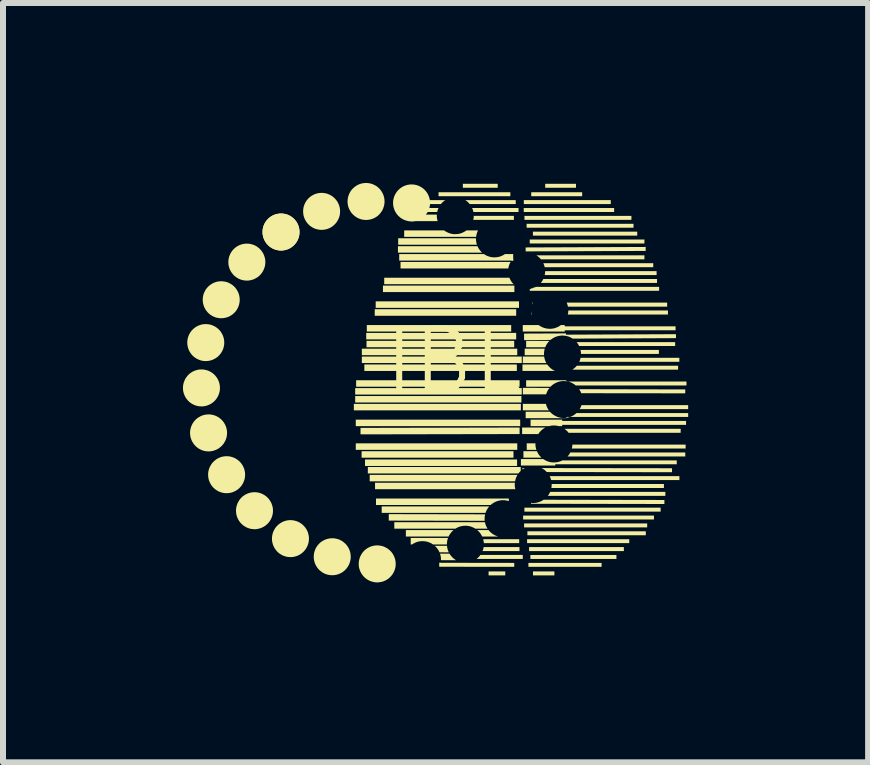
<source format=kicad_pcb>
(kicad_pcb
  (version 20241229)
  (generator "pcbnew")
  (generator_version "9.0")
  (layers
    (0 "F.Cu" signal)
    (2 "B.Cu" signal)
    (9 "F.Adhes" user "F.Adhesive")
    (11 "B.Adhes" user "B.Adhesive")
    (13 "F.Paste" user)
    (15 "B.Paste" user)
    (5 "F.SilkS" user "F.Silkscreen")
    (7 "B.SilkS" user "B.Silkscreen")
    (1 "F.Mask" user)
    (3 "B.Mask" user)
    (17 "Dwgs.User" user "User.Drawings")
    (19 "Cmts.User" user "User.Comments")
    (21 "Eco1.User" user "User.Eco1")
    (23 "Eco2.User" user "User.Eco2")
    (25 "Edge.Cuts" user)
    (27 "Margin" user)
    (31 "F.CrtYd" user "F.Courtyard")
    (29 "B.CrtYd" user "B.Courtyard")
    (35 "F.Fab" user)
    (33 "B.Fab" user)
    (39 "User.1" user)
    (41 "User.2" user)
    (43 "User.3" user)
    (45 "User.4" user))
  (footprint "IBL"
    (layer "F.Cu")
    (at 4.51 3.472)
    (property "Reference" "IBL" (at 0 -0.5 0) (unlocked yes) (layer "F.SilkS") (effects (font (size 1 1) (thickness 0.1))))
    (fp_poly (pts (xy 0.737 -3.392) (xy 0.156 -3.392) (xy 0.156 -3.458) (xy 0.737 -3.458)) (stroke (width -0.000001) (type solid)) (fill yes) (layer "F.SilkS"))
    (fp_poly (pts (xy 0.863 3.07) (xy 0.585 3.07) (xy 0.585 3.004) (xy 0.863 3.004)) (stroke (width -0.000001) (type solid)) (fill yes) (layer "F.SilkS"))
    (fp_poly (pts (xy 0.948 -3.251) (xy -0.249 -3.251) (xy -0.249 -3.317) (xy 0.948 -3.317)) (stroke (width -0.000001) (type solid)) (fill yes) (layer "F.SilkS"))
    (fp_poly (pts (xy 0.962 -0.995) (xy -1.445 -0.995) (xy -1.445 -1.103) (xy 0.962 -1.103)) (stroke (width -0.000001) (type solid)) (fill yes) (layer "F.SilkS"))
    (fp_poly (pts (xy 1 1.108) (xy -1.532 1.108) (xy -1.532 1) (xy 1 1)) (stroke (width -0.000001) (type solid)) (fill yes) (layer "F.SilkS"))
    (fp_poly (pts (xy 1.012 -0.733) (xy -1.45 -0.733) (xy -1.45 -0.84) (xy 1.012 -0.84)) (stroke (width -0.000001) (type solid)) (fill yes) (layer "F.SilkS"))
    (fp_poly (pts (xy 1.015 -1.653) (xy -1.176 -1.653) (xy -1.176 -1.761) (xy 1.015 -1.761)) (stroke (width -0.000001) (type solid)) (fill yes) (layer "F.SilkS"))
    (fp_poly (pts (xy 1.045 -1.258) (xy -1.313 -1.258) (xy -1.313 -1.367) (xy 1.045 -1.367)) (stroke (width -0.000001) (type solid)) (fill yes) (layer "F.SilkS"))
    (fp_poly (pts (xy 1.045 -0.864) (xy -1.455 -0.864) (xy -1.455 -0.972) (xy 1.045 -0.972)) (stroke (width -0.000001) (type solid)) (fill yes) (layer "F.SilkS"))
    (fp_poly (pts (xy 1.056 -0.338) (xy -1.486 -0.338) (xy -1.486 -0.446) (xy 1.056 -0.446)) (stroke (width -0.000001) (type solid)) (fill yes) (layer "F.SilkS"))
    (fp_poly (pts (xy 1.06 1.246) (xy -1.475 1.246) (xy -1.475 1.138) (xy 1.06 1.138)) (stroke (width -0.000001) (type solid)) (fill yes) (layer "F.SilkS"))
    (fp_poly (pts (xy 1.063 0.977) (xy -1.629 0.977) (xy -1.629 0.869) (xy 1.063 0.869)) (stroke (width -0.000001) (type solid)) (fill yes) (layer "F.SilkS"))
    (fp_poly (pts (xy 1.063 -0.601) (xy -1.528 -0.601) (xy -1.528 -0.709) (xy 1.063 -0.709)) (stroke (width -0.000001) (type solid)) (fill yes) (layer "F.SilkS"))
    (fp_poly (pts (xy 1.092 -1.39) (xy -1.297 -1.39) (xy -1.297 -1.498) (xy 1.092 -1.498)) (stroke (width -0.000001) (type solid)) (fill yes) (layer "F.SilkS"))
    (fp_poly (pts (xy 1.102 -0.075) (xy -1.623 -0.075) (xy -1.623 -0.183) (xy 1.102 -0.183)) (stroke (width -0.000001) (type solid)) (fill yes) (layer "F.SilkS"))
    (fp_poly (pts (xy 1.102 0.714) (xy -1.55 0.719) (xy -1.55 0.611) (xy 1.102 0.605)) (stroke (width -0.000001) (type solid)) (fill yes) (layer "F.SilkS"))
    (fp_poly (pts (xy 1.112 0.582) (xy -1.629 0.582) (xy -1.629 0.474) (xy 1.112 0.474)) (stroke (width -0.000001) (type solid)) (fill yes) (layer "F.SilkS"))
    (fp_poly (pts (xy 1.123 0.319) (xy -1.661 0.319) (xy -1.661 0.211) (xy 1.123 0.211)) (stroke (width -0.000001) (type solid)) (fill yes) (layer "F.SilkS"))
    (fp_poly (pts (xy 1.132 0.188) (xy -1.639 0.188) (xy -1.639 0.08) (xy 1.132 0.08)) (stroke (width -0.000001) (type solid)) (fill yes) (layer "F.SilkS"))
    (fp_poly (pts (xy 1.138 -0.47) (xy -1.528 -0.47) (xy -1.528 -0.578) (xy 1.138 -0.578)) (stroke (width -0.000001) (type solid)) (fill yes) (layer "F.SilkS"))
    (fp_poly (pts (xy 1.138 0.056) (xy -1.639 0.056) (xy -1.639 -0.052) (xy 1.138 -0.052)) (stroke (width -0.000001) (type solid)) (fill yes) (layer "F.SilkS"))
    (fp_poly (pts (xy 1.682 3.07) (xy 1.325 3.07) (xy 1.325 3.004) (xy 1.682 3.004)) (stroke (width -0.000001) (type solid)) (fill yes) (layer "F.SilkS"))
    (fp_poly (pts (xy 2.042 -3.392) (xy 1.529 -3.392) (xy 1.529 -3.458) (xy 2.042 -3.458)) (stroke (width -0.000001) (type solid)) (fill yes) (layer "F.SilkS"))
    (fp_poly (pts (xy 2.145 -3.251) (xy 1.296 -3.251) (xy 1.296 -3.317) (xy 2.145 -3.317)) (stroke (width -0.000001) (type solid)) (fill yes) (layer "F.SilkS"))
    (fp_poly (pts (xy 2.469 2.927) (xy 1.249 2.927) (xy 1.249 2.862) (xy 2.469 2.862)) (stroke (width -0.000001) (type solid)) (fill yes) (layer "F.SilkS"))
    (fp_poly (pts (xy 2.622 -3.12) (xy 1.172 -3.12) (xy 1.172 -3.186) (xy 2.622 -3.186)) (stroke (width -0.000001) (type solid)) (fill yes) (layer "F.SilkS"))
    (fp_poly (pts (xy 2.678 -2.988) (xy 1.171 -2.988) (xy 1.171 -3.054) (xy 2.678 -3.054)) (stroke (width -0.000001) (type solid)) (fill yes) (layer "F.SilkS"))
    (fp_poly (pts (xy 2.716 2.796) (xy 1.282 2.796) (xy 1.282 2.73) (xy 2.716 2.73)) (stroke (width -0.000001) (type solid)) (fill yes) (layer "F.SilkS"))
    (fp_poly (pts (xy 2.84 2.665) (xy 1.26 2.665) (xy 1.26 2.598) (xy 2.84 2.598)) (stroke (width -0.000001) (type solid)) (fill yes) (layer "F.SilkS"))
    (fp_poly (pts (xy 2.93 2.532) (xy 1.227 2.532) (xy 1.227 2.467) (xy 2.93 2.467)) (stroke (width -0.000001) (type solid)) (fill yes) (layer "F.SilkS"))
    (fp_poly (pts (xy 2.966 -2.857) (xy 1.183 -2.857) (xy 1.183 -2.923) (xy 2.966 -2.923)) (stroke (width -0.000001) (type solid)) (fill yes) (layer "F.SilkS"))
    (fp_poly (pts (xy 3.001 -2.726) (xy 1.219 -2.726) (xy 1.219 -2.791) (xy 3.001 -2.791)) (stroke (width -0.000001) (type solid)) (fill yes) (layer "F.SilkS"))
    (fp_poly (pts (xy 3.063 -2.594) (xy 1.324 -2.594) (xy 1.324 -2.66) (xy 3.063 -2.66)) (stroke (width -0.000001) (type solid)) (fill yes) (layer "F.SilkS"))
    (fp_poly (pts (xy 3.183 -2.463) (xy 1.271 -2.463) (xy 1.271 -2.529) (xy 3.183 -2.529)) (stroke (width -0.000001) (type solid)) (fill yes) (layer "F.SilkS"))
    (fp_poly (pts (xy 3.204 -2.339) (xy 1.203 -2.331) (xy 1.203 -2.397) (xy 3.204 -2.405)) (stroke (width -0.000001) (type solid)) (fill yes) (layer "F.SilkS"))
    (fp_poly (pts (xy 3.206 2.401) (xy 1.232 2.401) (xy 1.232 2.335) (xy 3.206 2.335)) (stroke (width -0.000001) (type solid)) (fill yes) (layer "F.SilkS"))
    (fp_poly (pts (xy 3.229 2.27) (xy 1.177 2.27) (xy 1.177 2.204) (xy 3.229 2.204)) (stroke (width -0.000001) (type solid)) (fill yes) (layer "F.SilkS"))
    (fp_poly (pts (xy 3.342 2.138) (xy 1.161 2.138) (xy 1.161 2.073) (xy 3.342 2.073)) (stroke (width -0.000001) (type solid)) (fill yes) (layer "F.SilkS"))
    (fp_poly (pts (xy 3.453 2.007) (xy 1.182 2.007) (xy 1.182 1.941) (xy 3.453 1.941)) (stroke (width -0.000001) (type solid)) (fill yes) (layer "F.SilkS"))
    (fp_poly (pts (xy 3.428 -1.674) (xy 1.271 -1.674) (xy 1.271 -1.7) (xy 1.379 -1.74) (xy 3.428 -1.74)) (stroke (width -0.000001) (type solid)) (fill yes) (layer "F.SilkS"))
    (fp_poly (pts (xy 1.013 2.862) (xy 1.013 2.927) (xy -0.231 2.926) (xy -0.234 2.926) (xy -0.234 2.86) (xy -0.213 2.86)) (stroke (width -0.000001) (type solid)) (fill yes) (layer "F.SilkS"))
    (fp_poly (pts (xy 1.886 -0.166) (xy 1.894 -0.165) (xy 1.898 -0.164) (xy 1.902 -0.163) (xy 1.906 -0.163) (xy 1.909 -0.162) (xy 1.879 -0.162) (xy 1.879 -0.167)) (stroke (width -0.000001) (type solid)) (fill yes) (layer "F.SilkS"))
    (fp_poly (pts (xy 1.185 1.283) (xy 1.18 1.286) (xy 1.175 1.289) (xy 1.17 1.292) (xy 1.165 1.295) (xy 1.16 1.298) (xy 1.155 1.302) (xy 1.15 1.305) (xy 1.15 1.281) (xy 1.19 1.281)) (stroke (width -0.000001) (type solid)) (fill yes) (layer "F.SilkS"))
    (fp_poly (pts (xy 1.933 0.432) (xy 1.926 0.434) (xy 1.919 0.436) (xy 1.912 0.438) (xy 1.905 0.44) (xy 1.897 0.441) (xy 1.89 0.442) (xy 1.883 0.443) (xy 1.883 0.429) (xy 1.94 0.429)) (stroke (width -0.000001) (type solid)) (fill yes) (layer "F.SilkS"))
    (fp_poly (pts (xy -0.254 -3.046) (xy -0.257 -3.038) (xy -0.26 -3.03) (xy -0.263 -3.022) (xy -0.266 -3.013) (xy -0.268 -3.005) (xy -0.27 -2.997) (xy -0.271 -2.988) (xy -0.616 -2.988) (xy -0.616 -3.054) (xy -0.25 -3.054)) (stroke (width -0.000001) (type solid)) (fill yes) (layer "F.SilkS"))
    (fp_poly (pts (xy -0.214 2.869) (xy -0.216 2.877) (xy -0.218 2.885) (xy -0.22 2.893) (xy -0.223 2.902) (xy -0.225 2.91) (xy -0.228 2.918) (xy -0.231 2.926) (xy -0.234 2.926) (xy -0.234 2.86) (xy -0.213 2.86)) (stroke (width -0.000001) (type solid)) (fill yes) (layer "F.SilkS"))
    (fp_poly (pts (xy 1.007 -2.857) (xy 0.329 -2.857) (xy 0.331 -2.865) (xy 0.333 -2.873) (xy 0.334 -2.881) (xy 0.336 -2.89) (xy 0.337 -2.898) (xy 0.337 -2.906) (xy 0.338 -2.914) (xy 0.338 -2.923) (xy 1.007 -2.923)) (stroke (width -0.000001) (type solid)) (fill yes) (layer "F.SilkS"))
    (fp_poly (pts (xy 1.084 -2.988) (xy 0.332 -2.988) (xy 0.33 -2.997) (xy 0.328 -3.005) (xy 0.326 -3.013) (xy 0.323 -3.022) (xy 0.321 -3.03) (xy 0.317 -3.038) (xy 0.314 -3.046) (xy 0.31 -3.054) (xy 1.084 -3.054)) (stroke (width -0.000001) (type solid)) (fill yes) (layer "F.SilkS"))
    (fp_poly (pts (xy 1.1 2.665) (xy 0.484 2.665) (xy 0.487 2.657) (xy 0.49 2.649) (xy 0.493 2.64) (xy 0.496 2.632) (xy 0.498 2.624) (xy 0.5 2.615) (xy 0.501 2.607) (xy 0.503 2.598) (xy 1.1 2.598)) (stroke (width -0.000001) (type solid)) (fill yes) (layer "F.SilkS"))
    (fp_poly (pts (xy 1.324 -1.475) (xy 1.323 -1.473) (xy 1.321 -1.47) (xy 1.32 -1.466) (xy 1.318 -1.462) (xy 1.317 -1.458) (xy 1.315 -1.454) (xy 1.314 -1.45) (xy 1.313 -1.446) (xy 1.313 -1.477) (xy 1.325 -1.477)) (stroke (width -0.000001) (type solid)) (fill yes) (layer "F.SilkS"))
    (fp_poly (pts (xy 3.386 -1.937) (xy 1.52 -1.937) (xy 1.522 -1.945) (xy 1.523 -1.953) (xy 1.525 -1.961) (xy 1.526 -1.969) (xy 1.527 -1.977) (xy 1.527 -1.985) (xy 1.528 -1.994) (xy 1.528 -2.002) (xy 3.386 -2.002)) (stroke (width -0.000001) (type solid)) (fill yes) (layer "F.SilkS"))
    (fp_poly (pts (xy 3.393 -1.805) (xy 1.456 -1.805) (xy 1.462 -1.813) (xy 1.468 -1.821) (xy 1.473 -1.829) (xy 1.479 -1.837) (xy 1.484 -1.845) (xy 1.489 -1.854) (xy 1.493 -1.862) (xy 1.497 -1.871) (xy 3.393 -1.871)) (stroke (width -0.000001) (type solid)) (fill yes) (layer "F.SilkS"))
    (fp_poly (pts (xy 3.424 -0.622) (xy 2.125 -0.622) (xy 2.125 -0.631) (xy 2.125 -0.639) (xy 2.124 -0.647) (xy 2.123 -0.656) (xy 2.122 -0.664) (xy 2.12 -0.672) (xy 2.119 -0.68) (xy 2.117 -0.688) (xy 3.424 -0.688)) (stroke (width -0.000001) (type solid)) (fill yes) (layer "F.SilkS"))
    (fp_poly (pts (xy 3.508 1.613) (xy 1.631 1.613) (xy 1.633 1.605) (xy 1.634 1.597) (xy 1.635 1.588) (xy 1.636 1.58) (xy 1.636 1.572) (xy 1.637 1.563) (xy 1.637 1.555) (xy 1.636 1.547) (xy 3.508 1.547)) (stroke (width -0.000001) (type solid)) (fill yes) (layer "F.SilkS"))
    (fp_poly (pts (xy 3.532 1.744) (xy 1.572 1.744) (xy 1.578 1.737) (xy 1.583 1.729) (xy 1.589 1.721) (xy 1.594 1.712) (xy 1.598 1.704) (xy 1.603 1.695) (xy 1.607 1.687) (xy 1.611 1.678) (xy 3.532 1.678)) (stroke (width -0.000001) (type solid)) (fill yes) (layer "F.SilkS"))
    (fp_poly (pts (xy 3.562 -1.41) (xy 1.908 -1.41) (xy 1.906 -1.419) (xy 1.904 -1.428) (xy 1.901 -1.436) (xy 1.899 -1.445) (xy 1.896 -1.453) (xy 1.893 -1.461) (xy 1.89 -1.469) (xy 1.886 -1.477) (xy 3.562 -1.477)) (stroke (width -0.000001) (type solid)) (fill yes) (layer "F.SilkS"))
    (fp_poly (pts (xy 3.575 -1.279) (xy 1.905 -1.279) (xy 1.907 -1.287) (xy 1.909 -1.295) (xy 1.911 -1.303) (xy 1.912 -1.312) (xy 1.913 -1.32) (xy 1.913 -1.329) (xy 1.914 -1.337) (xy 1.914 -1.346) (xy 3.575 -1.346)) (stroke (width -0.000001) (type solid)) (fill yes) (layer "F.SilkS"))
    (fp_poly (pts (xy 3.695 -0.754) (xy 2.094 -0.754) (xy 2.09 -0.762) (xy 2.085 -0.771) (xy 2.08 -0.779) (xy 2.075 -0.788) (xy 2.07 -0.796) (xy 2.064 -0.804) (xy 2.058 -0.812) (xy 2.052 -0.819) (xy 3.695 -0.819)) (stroke (width -0.000001) (type solid)) (fill yes) (layer "F.SilkS"))
    (fp_poly (pts (xy 3.765 -0.491) (xy 2.097 -0.491) (xy 2.1 -0.499) (xy 2.104 -0.507) (xy 2.107 -0.514) (xy 2.109 -0.523) (xy 2.112 -0.531) (xy 2.114 -0.539) (xy 2.116 -0.548) (xy 2.118 -0.557) (xy 3.765 -0.557)) (stroke (width -0.000001) (type solid)) (fill yes) (layer "F.SilkS"))
    (fp_poly (pts (xy 3.766 1.481) (xy 1.628 1.481) (xy 1.625 1.472) (xy 1.623 1.464) (xy 1.62 1.456) (xy 1.617 1.447) (xy 1.614 1.439) (xy 1.61 1.431) (xy 1.607 1.423) (xy 1.603 1.415) (xy 3.766 1.415)) (stroke (width -0.000001) (type solid)) (fill yes) (layer "F.SilkS"))
    (fp_poly (pts (xy 3.87 0.955) (xy 1.972 0.955) (xy 1.974 0.947) (xy 1.976 0.939) (xy 1.978 0.931) (xy 1.979 0.923) (xy 1.98 0.914) (xy 1.981 0.906) (xy 1.982 0.898) (xy 1.982 0.89) (xy 3.87 0.89)) (stroke (width -0.000001) (type solid)) (fill yes) (layer "F.SilkS"))
    (fp_poly (pts (xy 0.995 -2.178) (xy 0.966 -2.178) (xy 0.968 -2.181) (xy 0.969 -2.183) (xy 0.971 -2.185) (xy 0.973 -2.187) (xy 0.976 -2.192) (xy 0.979 -2.196) (xy 0.983 -2.2) (xy 0.987 -2.204) (xy 0.991 -2.208) (xy 0.995 -2.213)) (stroke (width -0.000001) (type solid)) (fill yes) (layer "F.SilkS"))
    (fp_poly (pts (xy 1.121 1.328) (xy 1.116 1.333) (xy 1.111 1.338) (xy 1.106 1.343) (xy 1.101 1.348) (xy 1.096 1.354) (xy 1.092 1.359) (xy 1.089 1.362) (xy 1.087 1.365) (xy 1.085 1.368) (xy 1.083 1.371) (xy -1.428 1.371) (xy -1.428 1.263) (xy 1.121 1.263)) (stroke (width -0.000001) (type solid)) (fill yes) (layer "F.SilkS"))
    (fp_poly (pts (xy 1.366 0.882) (xy 1.366 0.896) (xy 1.367 0.91) (xy 1.368 0.917) (xy 1.369 0.924) (xy 1.37 0.93) (xy 1.371 0.937) (xy 1.373 0.944) (xy 1.374 0.95) (xy 1.376 0.957) (xy 1.377 0.964) (xy 1.379 0.97) (xy 1.382 0.977) (xy 1.221 0.977) (xy 1.221 0.869) (xy 1.366 0.869)) (stroke (width -0.000001) (type solid)) (fill yes) (layer "F.SilkS"))
    (fp_poly (pts (xy 0.528 2.052) (xy 0.525 2.065) (xy 0.522 2.078) (xy 0.521 2.085) (xy 0.521 2.092) (xy 0.52 2.099) (xy 0.519 2.105) (xy 0.519 2.112) (xy 0.519 2.119) (xy 0.519 2.126) (xy 0.519 2.132) (xy 0.519 2.139) (xy 0.519 2.146) (xy 0.52 2.153) (xy 0.521 2.16) (xy -1.079 2.157) (xy -1.079 2.049)) (stroke (width -0.000001) (type solid)) (fill yes) (layer "F.SilkS"))
    (fp_poly (pts (xy 1.023 1.532) (xy 1.022 1.539) (xy 1.022 1.546) (xy 1.021 1.552) (xy 1.021 1.559) (xy 1.021 1.566) (xy 1.022 1.573) (xy 1.022 1.579) (xy 1.023 1.586) (xy 1.023 1.593) (xy 1.024 1.6) (xy 1.025 1.606) (xy 1.028 1.62) (xy 1.031 1.633) (xy -1.308 1.633) (xy -1.308 1.525) (xy 1.024 1.525)) (stroke (width -0.000001) (type solid)) (fill yes) (layer "F.SilkS"))
    (fp_poly (pts (xy 1.095 2.532) (xy 0.506 2.532) (xy 0.506 2.53) (xy 0.506 2.528) (xy 0.506 2.525) (xy 0.505 2.523) (xy 0.505 2.517) (xy 0.504 2.512) (xy 0.503 2.506) (xy 0.502 2.501) (xy 0.501 2.495) (xy 0.5 2.489) (xy 0.499 2.484) (xy 0.498 2.478) (xy 0.496 2.472) (xy 0.495 2.467) (xy 1.095 2.467)) (stroke (width -0.000001) (type solid)) (fill yes) (layer "F.SilkS"))
    (fp_poly (pts (xy 1.297 -1.342) (xy 1.297 -1.34) (xy 1.297 -1.338) (xy 1.297 -1.336) (xy 1.297 -1.334) (xy 1.298 -1.332) (xy 1.298 -1.33) (xy 1.298 -1.323) (xy 1.299 -1.317) (xy 1.3 -1.311) (xy 1.301 -1.304) (xy 1.302 -1.298) (xy 1.303 -1.292) (xy 1.304 -1.285) (xy 1.306 -1.279) (xy 1.297 -1.279) (xy 1.297 -1.346)) (stroke (width -0.000001) (type solid)) (fill yes) (layer "F.SilkS"))
    (fp_poly (pts (xy 1.372 -1.735) (xy 1.364 -1.731) (xy 1.356 -1.727) (xy 1.348 -1.723) (xy 1.34 -1.719) (xy 1.332 -1.716) (xy 1.323 -1.713) (xy 1.314 -1.71) (xy 1.309 -1.708) (xy 1.304 -1.707) (xy 1.298 -1.705) (xy 1.293 -1.704) (xy 1.287 -1.703) (xy 1.282 -1.702) (xy 1.276 -1.701) (xy 1.271 -1.7) (xy 1.379 -1.74)) (stroke (width -0.000001) (type solid)) (fill yes) (layer "F.SilkS"))
    (fp_poly (pts (xy 1.52 -0.705) (xy 1.519 -0.701) (xy 1.518 -0.698) (xy 1.517 -0.694) (xy 1.515 -0.686) (xy 1.514 -0.678) (xy 1.512 -0.668) (xy 1.511 -0.658) (xy 1.51 -0.649) (xy 1.509 -0.639) (xy 1.509 -0.63) (xy 1.508 -0.62) (xy 1.509 -0.611) (xy 1.509 -0.601) (xy 1.187 -0.601) (xy 1.187 -0.709) (xy 1.522 -0.709)) (stroke (width -0.000001) (type solid)) (fill yes) (layer "F.SilkS"))
    (fp_poly (pts (xy 3.33 -2.068) (xy 1.521 -2.068) (xy 1.52 -2.072) (xy 1.519 -2.076) (xy 1.518 -2.079) (xy 1.517 -2.083) (xy 1.514 -2.091) (xy 1.512 -2.098) (xy 1.511 -2.103) (xy 1.509 -2.107) (xy 1.507 -2.112) (xy 1.506 -2.116) (xy 1.504 -2.12) (xy 1.502 -2.125) (xy 1.5 -2.129) (xy 1.498 -2.134) (xy 3.33 -2.134)) (stroke (width -0.000001) (type solid)) (fill yes) (layer "F.SilkS"))
    (fp_poly (pts (xy 3.787 0.693) (xy 1.919 0.693) (xy 1.913 0.686) (xy 1.908 0.679) (xy 1.902 0.673) (xy 1.896 0.666) (xy 1.89 0.66) (xy 1.884 0.654) (xy 1.877 0.648) (xy 1.87 0.642) (xy 1.865 0.638) (xy 1.86 0.634) (xy 1.857 0.632) (xy 1.854 0.63) (xy 1.852 0.628) (xy 1.849 0.626) (xy 3.787 0.626)) (stroke (width -0.000001) (type solid)) (fill yes) (layer "F.SilkS"))
    (fp_poly (pts (xy -0.144 -3.181) (xy -0.152 -3.175) (xy -0.159 -3.17) (xy -0.167 -3.164) (xy -0.174 -3.158) (xy -0.181 -3.151) (xy -0.188 -3.144) (xy -0.195 -3.138) (xy -0.197 -3.135) (xy -0.199 -3.133) (xy -0.203 -3.129) (xy -0.205 -3.126) (xy -0.207 -3.124) (xy -0.208 -3.122) (xy -0.21 -3.12) (xy -0.406 -3.12) (xy -0.406 -3.186) (xy -0.137 -3.186)) (stroke (width -0.000001) (type solid)) (fill yes) (layer "F.SilkS"))
    (fp_poly (pts (xy 3.864 1.087) (xy 1.901 1.087) (xy 1.904 1.084) (xy 1.906 1.083) (xy 1.907 1.081) (xy 1.908 1.08) (xy 1.909 1.079) (xy 1.911 1.077) (xy 1.912 1.076) (xy 1.917 1.069) (xy 1.922 1.063) (xy 1.927 1.056) (xy 1.931 1.049) (xy 1.935 1.043) (xy 1.939 1.036) (xy 1.943 1.028) (xy 1.947 1.021) (xy 3.864 1.021)) (stroke (width -0.000001) (type solid)) (fill yes) (layer "F.SilkS"))
    (fp_poly (pts (xy -0.278 -2.937) (xy -0.278 -2.93) (xy -0.278 -2.923) (xy -0.278 -2.917) (xy -0.278 -2.91) (xy -0.277 -2.903) (xy -0.277 -2.896) (xy -0.276 -2.889) (xy -0.275 -2.883) (xy -0.274 -2.876) (xy -0.273 -2.869) (xy -0.271 -2.862) (xy -0.27 -2.856) (xy -0.268 -2.849) (xy -0.266 -2.842) (xy -0.264 -2.836) (xy -0.722 -2.836) (xy -0.722 -2.944) (xy -0.278 -2.944)) (stroke (width -0.000001) (type solid)) (fill yes) (layer "F.SilkS"))
    (fp_poly (pts (xy -0.006 2.32) (xy -0.012 2.326) (xy -0.018 2.332) (xy -0.024 2.338) (xy -0.03 2.344) (xy -0.036 2.351) (xy -0.041 2.357) (xy -0.046 2.364) (xy -0.051 2.371) (xy -0.056 2.378) (xy -0.061 2.385) (xy -0.065 2.392) (xy -0.07 2.399) (xy -0.074 2.407) (xy -0.078 2.414) (xy -0.081 2.422) (xy -0.794 2.422) (xy -0.794 2.314) (xy 0.001 2.314)) (stroke (width -0.000001) (type solid)) (fill yes) (layer "F.SilkS"))
    (fp_poly (pts (xy 0.375 -2.543) (xy 0.375 -2.536) (xy 0.375 -2.529) (xy 0.375 -2.523) (xy 0.376 -2.516) (xy 0.377 -2.509) (xy 0.377 -2.502) (xy 0.378 -2.495) (xy 0.379 -2.489) (xy 0.38 -2.482) (xy 0.382 -2.475) (xy 0.383 -2.468) (xy 0.385 -2.462) (xy 0.387 -2.455) (xy 0.389 -2.448) (xy 0.391 -2.442) (xy -0.922 -2.442) (xy -0.922 -2.55) (xy 0.375 -2.55)) (stroke (width -0.000001) (type solid)) (fill yes) (layer "F.SilkS"))
    (fp_poly (pts (xy 0.591 1.926) (xy 0.586 1.932) (xy 0.582 1.938) (xy 0.577 1.945) (xy 0.572 1.951) (xy 0.568 1.958) (xy 0.564 1.964) (xy 0.56 1.971) (xy 0.556 1.978) (xy 0.552 1.985) (xy 0.549 1.992) (xy 0.545 1.999) (xy 0.542 2.006) (xy 0.539 2.013) (xy 0.537 2.021) (xy 0.534 2.028) (xy -1.197 2.028) (xy -1.197 1.92) (xy 0.597 1.92)) (stroke (width -0.000001) (type solid)) (fill yes) (layer "F.SilkS"))
    (fp_poly (pts (xy 0.935 -1.884) (xy 0.939 -1.877) (xy 0.942 -1.869) (xy 0.946 -1.862) (xy 0.95 -1.854) (xy 0.954 -1.847) (xy 0.958 -1.84) (xy 0.962 -1.833) (xy 0.967 -1.827) (xy 0.971 -1.82) (xy 0.976 -1.814) (xy 0.981 -1.808) (xy 0.986 -1.802) (xy 0.991 -1.796) (xy 0.997 -1.79) (xy 1.002 -1.784) (xy -1.155 -1.784) (xy -1.155 -1.892) (xy 0.932 -1.892)) (stroke (width -0.000001) (type solid)) (fill yes) (layer "F.SilkS"))
    (fp_poly (pts (xy 0.948 -2.148) (xy 0.945 -2.142) (xy 0.941 -2.136) (xy 0.938 -2.129) (xy 0.935 -2.123) (xy 0.933 -2.116) (xy 0.93 -2.109) (xy 0.928 -2.103) (xy 0.925 -2.096) (xy 0.923 -2.089) (xy 0.921 -2.082) (xy 0.919 -2.075) (xy 0.918 -2.068) (xy 0.916 -2.061) (xy 0.915 -2.054) (xy 0.914 -2.047) (xy -0.883 -2.047) (xy -0.883 -2.155) (xy 0.952 -2.155)) (stroke (width -0.000001) (type solid)) (fill yes) (layer "F.SilkS"))
    (fp_poly (pts (xy 1.038 -3.12) (xy 0.27 -3.12) (xy 0.267 -3.124) (xy 0.263 -3.128) (xy 0.26 -3.132) (xy 0.256 -3.136) (xy 0.253 -3.14) (xy 0.249 -3.144) (xy 0.245 -3.148) (xy 0.241 -3.152) (xy 0.236 -3.156) (xy 0.23 -3.161) (xy 0.225 -3.166) (xy 0.219 -3.17) (xy 0.214 -3.174) (xy 0.208 -3.178) (xy 0.202 -3.182) (xy 0.196 -3.186) (xy 1.038 -3.186)) (stroke (width -0.000001) (type solid)) (fill yes) (layer "F.SilkS"))
    (fp_poly (pts (xy 1.063 1.4) (xy 1.06 1.407) (xy 1.056 1.413) (xy 1.053 1.42) (xy 1.05 1.426) (xy 1.047 1.433) (xy 1.044 1.44) (xy 1.041 1.446) (xy 1.039 1.453) (xy 1.037 1.46) (xy 1.035 1.467) (xy 1.033 1.474) (xy 1.031 1.481) (xy 1.029 1.488) (xy 1.028 1.495) (xy 1.027 1.502) (xy -1.397 1.502) (xy -1.397 1.394) (xy 1.067 1.394)) (stroke (width -0.000001) (type solid)) (fill yes) (layer "F.SilkS"))
    (fp_poly (pts (xy 1.155 2.796) (xy 0.385 2.796) (xy 0.389 2.792) (xy 0.394 2.789) (xy 0.398 2.785) (xy 0.402 2.781) (xy 0.407 2.777) (xy 0.411 2.773) (xy 0.415 2.769) (xy 0.419 2.765) (xy 0.423 2.761) (xy 0.427 2.757) (xy 0.431 2.752) (xy 0.435 2.748) (xy 0.438 2.743) (xy 0.442 2.739) (xy 0.445 2.734) (xy 0.449 2.729) (xy 1.155 2.729)) (stroke (width -0.000001) (type solid)) (fill yes) (layer "F.SilkS"))
    (fp_poly (pts (xy 1.394 1.008) (xy 1.398 1.015) (xy 1.402 1.022) (xy 1.405 1.03) (xy 1.41 1.037) (xy 1.414 1.044) (xy 1.418 1.051) (xy 1.423 1.058) (xy 1.428 1.065) (xy 1.433 1.071) (xy 1.439 1.078) (xy 1.444 1.084) (xy 1.45 1.09) (xy 1.456 1.096) (xy 1.462 1.102) (xy 1.468 1.108) (xy 1.166 1.108) (xy 1.166 1) (xy 1.391 1)) (stroke (width -0.000001) (type solid)) (fill yes) (layer "F.SilkS"))
    (fp_poly (pts (xy 1.512 -0.571) (xy 1.514 -0.563) (xy 1.515 -0.556) (xy 1.517 -0.549) (xy 1.519 -0.542) (xy 1.52 -0.535) (xy 1.523 -0.529) (xy 1.525 -0.522) (xy 1.527 -0.515) (xy 1.53 -0.508) (xy 1.532 -0.502) (xy 1.535 -0.495) (xy 1.538 -0.489) (xy 1.541 -0.482) (xy 1.545 -0.476) (xy 1.548 -0.47) (xy 1.155 -0.47) (xy 1.155 -0.578) (xy 1.511 -0.578)) (stroke (width -0.000001) (type solid)) (fill yes) (layer "F.SilkS"))
    (fp_poly (pts (xy 1.543 0.218) (xy 1.545 0.226) (xy 1.547 0.233) (xy 1.549 0.24) (xy 1.552 0.247) (xy 1.554 0.254) (xy 1.557 0.261) (xy 1.56 0.268) (xy 1.563 0.274) (xy 1.567 0.281) (xy 1.57 0.288) (xy 1.574 0.294) (xy 1.578 0.301) (xy 1.582 0.307) (xy 1.587 0.313) (xy 1.591 0.319) (xy 1.156 0.319) (xy 1.156 0.211) (xy 1.541 0.211)) (stroke (width -0.000001) (type solid)) (fill yes) (layer "F.SilkS"))
    (fp_poly (pts (xy 1.569 -0.438) (xy 1.576 -0.429) (xy 1.582 -0.421) (xy 1.589 -0.413) (xy 1.597 -0.405) (xy 1.604 -0.398) (xy 1.612 -0.39) (xy 1.62 -0.383) (xy 1.628 -0.377) (xy 1.637 -0.37) (xy 1.646 -0.364) (xy 1.655 -0.358) (xy 1.664 -0.352) (xy 1.674 -0.347) (xy 1.684 -0.342) (xy 1.694 -0.338) (xy 1.15 -0.338) (xy 1.15 -0.446) (xy 1.563 -0.446)) (stroke (width -0.000001) (type solid)) (fill yes) (layer "F.SilkS"))
    (fp_poly (pts (xy 1.595 -0.835) (xy 1.59 -0.829) (xy 1.584 -0.823) (xy 1.579 -0.817) (xy 1.574 -0.811) (xy 1.569 -0.804) (xy 1.564 -0.798) (xy 1.56 -0.791) (xy 1.555 -0.784) (xy 1.551 -0.777) (xy 1.547 -0.77) (xy 1.543 -0.763) (xy 1.539 -0.755) (xy 1.536 -0.748) (xy 1.533 -0.74) (xy 1.529 -0.733) (xy 1.211 -0.733) (xy 1.211 -0.84) (xy 1.601 -0.84)) (stroke (width -0.000001) (type solid)) (fill yes) (layer "F.SilkS"))
    (fp_poly (pts (xy 1.601 -0.055) (xy 1.595 -0.048) (xy 1.59 -0.041) (xy 1.584 -0.033) (xy 1.579 -0.026) (xy 1.575 -0.018) (xy 1.57 -0.01) (xy 1.566 -0.001) (xy 1.561 0.007) (xy 1.559 0.013) (xy 1.556 0.018) (xy 1.554 0.024) (xy 1.552 0.029) (xy 1.55 0.035) (xy 1.548 0.041) (xy 1.546 0.047) (xy 1.544 0.052) (xy 1.156 0.052) (xy 1.156 -0.056)) (stroke (width -0.000001) (type solid)) (fill yes) (layer "F.SilkS"))
    (fp_poly (pts (xy 3.183 -2.199) (xy 1.457 -2.199) (xy 1.453 -2.204) (xy 1.448 -2.209) (xy 1.444 -2.214) (xy 1.44 -2.219) (xy 1.435 -2.223) (xy 1.431 -2.228) (xy 1.426 -2.232) (xy 1.421 -2.236) (xy 1.416 -2.24) (xy 1.412 -2.244) (xy 1.407 -2.248) (xy 1.402 -2.252) (xy 1.396 -2.256) (xy 1.391 -2.259) (xy 1.386 -2.263) (xy 1.381 -2.266) (xy 3.183 -2.266)) (stroke (width -0.000001) (type solid)) (fill yes) (layer "F.SilkS"))
    (fp_poly (pts (xy 3.744 -0.359) (xy 1.98 -0.359) (xy 1.985 -0.362) (xy 1.99 -0.366) (xy 1.996 -0.369) (xy 2.001 -0.373) (xy 2.006 -0.377) (xy 2.011 -0.381) (xy 2.016 -0.385) (xy 2.021 -0.389) (xy 2.025 -0.393) (xy 2.03 -0.397) (xy 2.034 -0.402) (xy 2.039 -0.406) (xy 2.043 -0.411) (xy 2.047 -0.416) (xy 2.052 -0.42) (xy 2.056 -0.425) (xy 3.744 -0.425)) (stroke (width -0.000001) (type solid)) (fill yes) (layer "F.SilkS"))
    (fp_poly (pts (xy 3.864 -0.03) (xy 3.863 0.035) (xy 2.129 0.033) (xy 2.128 0.028) (xy 2.126 0.024) (xy 2.124 0.02) (xy 2.122 0.015) (xy 2.121 0.011) (xy 2.119 0.007) (xy 2.117 0.003) (xy 2.114 -0.002) (xy 2.112 -0.006) (xy 2.11 -0.01) (xy 2.108 -0.014) (xy 2.105 -0.018) (xy 2.103 -0.022) (xy 2.1 -0.026) (xy 2.097 -0.03) (xy 2.095 -0.034)) (stroke (width -0.000001) (type solid)) (fill yes) (layer "F.SilkS"))
    (fp_poly (pts (xy 3.884 -0.096) (xy 2.039 -0.096) (xy 2.031 -0.102) (xy 2.023 -0.109) (xy 2.015 -0.114) (xy 2.007 -0.12) (xy 1.998 -0.125) (xy 1.989 -0.131) (xy 1.98 -0.135) (xy 1.971 -0.14) (xy 1.963 -0.143) (xy 1.956 -0.147) (xy 1.948 -0.15) (xy 1.94 -0.153) (xy 1.933 -0.155) (xy 1.925 -0.158) (xy 1.917 -0.16) (xy 1.909 -0.162) (xy 3.884 -0.162)) (stroke (width -0.000001) (type solid)) (fill yes) (layer "F.SilkS"))
    (fp_poly (pts (xy 3.912 0.429) (xy 1.94 0.429) (xy 1.947 0.427) (xy 1.955 0.424) (xy 1.962 0.421) (xy 1.97 0.418) (xy 1.977 0.414) (xy 1.984 0.411) (xy 1.991 0.407) (xy 1.998 0.403) (xy 2.005 0.399) (xy 2.012 0.394) (xy 2.018 0.39) (xy 2.025 0.385) (xy 2.031 0.38) (xy 2.038 0.375) (xy 2.044 0.369) (xy 2.05 0.364) (xy 3.912 0.364)) (stroke (width -0.000001) (type solid)) (fill yes) (layer "F.SilkS"))
    (fp_poly (pts (xy 1.879 -0.167) (xy 1.861 -0.169) (xy 1.843 -0.17) (xy 1.824 -0.169) (xy 1.806 -0.168) (xy 1.789 -0.166) (xy 1.771 -0.162) (xy 1.754 -0.158) (xy 1.737 -0.152) (xy 1.72 -0.146) (xy 1.704 -0.138) (xy 1.688 -0.13) (xy 1.673 -0.121) (xy 1.658 -0.111) (xy 1.644 -0.1) (xy 1.631 -0.088) (xy 1.618 -0.075) (xy 1.211 -0.075) (xy 1.211 -0.183) (xy 1.879 -0.183)) (stroke (width -0.000001) (type solid)) (fill yes) (layer "F.SilkS"))
    (fp_poly (pts (xy 3.643 1.284) (xy 3.643 1.35) (xy 1.555 1.347) (xy 1.554 1.347) (xy 1.55 1.342) (xy 1.545 1.337) (xy 1.54 1.332) (xy 1.535 1.327) (xy 1.53 1.323) (xy 1.525 1.318) (xy 1.52 1.314) (xy 1.514 1.31) (xy 1.509 1.306) (xy 1.503 1.302) (xy 1.498 1.298) (xy 1.492 1.294) (xy 1.486 1.291) (xy 1.48 1.288) (xy 1.474 1.284) (xy 1.468 1.281)) (stroke (width -0.000001) (type solid)) (fill yes) (layer "F.SilkS"))
    (fp_poly (pts (xy 3.912 0.298) (xy 2.103 0.298) (xy 2.104 0.296) (xy 2.105 0.295) (xy 2.108 0.291) (xy 2.11 0.288) (xy 2.112 0.284) (xy 2.113 0.281) (xy 2.115 0.277) (xy 2.117 0.274) (xy 2.119 0.27) (xy 2.121 0.265) (xy 2.123 0.26) (xy 2.125 0.256) (xy 2.127 0.251) (xy 2.129 0.246) (xy 2.131 0.242) (xy 2.132 0.237) (xy 2.134 0.232) (xy 3.912 0.232)) (stroke (width -0.000001) (type solid)) (fill yes) (layer "F.SilkS"))
    (fp_poly (pts (xy 3.516 1.813) (xy 3.516 1.88) (xy 1.292 1.876) (xy 1.292 1.861) (xy 1.306 1.862) (xy 1.32 1.863) (xy 1.333 1.863) (xy 1.347 1.863) (xy 1.36 1.862) (xy 1.374 1.86) (xy 1.387 1.858) (xy 1.4 1.855) (xy 1.414 1.851) (xy 1.427 1.847) (xy 1.44 1.842) (xy 1.453 1.837) (xy 1.465 1.831) (xy 1.478 1.824) (xy 1.49 1.817) (xy 1.502 1.809) (xy 1.503 1.809)) (stroke (width -0.000001) (type solid)) (fill yes) (layer "F.SilkS"))
    (fp_poly (pts (xy 1.516 1.143) (xy 1.535 1.154) (xy 1.554 1.163) (xy 1.574 1.171) (xy 1.594 1.177) (xy 1.614 1.182) (xy 1.635 1.185) (xy 1.656 1.187) (xy 1.676 1.187) (xy 1.697 1.186) (xy 1.718 1.184) (xy 1.738 1.181) (xy 1.758 1.176) (xy 1.778 1.169) (xy 1.797 1.162) (xy 1.816 1.153) (xy 3.722 1.153) (xy 3.722 1.218) (xy 1.697 1.218) (xy 1.697 1.239) (xy 1.124 1.239) (xy 1.124 1.131) (xy 1.497 1.131)) (stroke (width -0.000001) (type solid)) (fill yes) (layer "F.SilkS"))
    (fp_poly (pts (xy 1.812 0.495) (xy 3.877 0.495) (xy 3.877 0.561) (xy 1.812 0.561) (xy 1.812 0.582) (xy 1.754 0.582) (xy 1.744 0.579) (xy 1.734 0.577) (xy 1.724 0.575) (xy 1.714 0.574) (xy 1.703 0.573) (xy 1.693 0.572) (xy 1.683 0.571) (xy 1.673 0.571) (xy 1.663 0.571) (xy 1.653 0.572) (xy 1.643 0.573) (xy 1.633 0.574) (xy 1.623 0.575) (xy 1.613 0.577) (xy 1.603 0.579) (xy 1.593 0.582) (xy 1.285 0.582) (xy 1.285 0.474) (xy 1.812 0.474)) (stroke (width -0.000001) (type solid)) (fill yes) (layer "F.SilkS"))
    (fp_poly (pts (xy 1.526 0.609) (xy 1.52 0.612) (xy 1.513 0.616) (xy 1.506 0.62) (xy 1.5 0.624) (xy 1.494 0.629) (xy 1.487 0.634) (xy 1.481 0.638) (xy 1.475 0.643) (xy 1.469 0.648) (xy 1.464 0.654) (xy 1.458 0.659) (xy 1.452 0.665) (xy 1.447 0.671) (xy 1.441 0.677) (xy 1.436 0.683) (xy 1.433 0.686) (xy 1.43 0.69) (xy 1.427 0.694) (xy 1.424 0.698) (xy 1.422 0.702) (xy 1.419 0.706) (xy 1.417 0.71) (xy 1.414 0.714) (xy 1.144 0.714) (xy 1.144 0.605) (xy 1.533 0.605)) (stroke (width -0.000001) (type solid)) (fill yes) (layer "F.SilkS"))
    (fp_poly (pts (xy 0.403 -2.413) (xy 0.405 -2.407) (xy 0.408 -2.402) (xy 0.411 -2.396) (xy 0.413 -2.391) (xy 0.416 -2.386) (xy 0.42 -2.381) (xy 0.423 -2.375) (xy 0.423 -2.375) (xy 0.426 -2.371) (xy 0.429 -2.366) (xy 0.432 -2.361) (xy 0.435 -2.357) (xy 0.439 -2.353) (xy 0.442 -2.348) (xy 0.445 -2.344) (xy 0.449 -2.34) (xy 0.452 -2.336) (xy 0.456 -2.332) (xy 0.459 -2.328) (xy 0.463 -2.324) (xy 0.467 -2.32) (xy 0.471 -2.317) (xy 0.475 -2.313) (xy 0.479 -2.31) (xy -0.926 -2.31) (xy -0.926 -2.418) (xy 0.4 -2.418)) (stroke (width -0.000001) (type solid)) (fill yes) (layer "F.SilkS"))
    (fp_poly (pts (xy 0.526 -2.275) (xy 0.545 -2.264) (xy 0.565 -2.255) (xy 0.586 -2.247) (xy 0.608 -2.241) (xy 0.629 -2.236) (xy 0.651 -2.233) (xy 0.674 -2.232) (xy 0.696 -2.232) (xy 0.718 -2.234) (xy 0.741 -2.237) (xy 0.763 -2.242) (xy 0.785 -2.249) (xy 0.806 -2.258) (xy 0.828 -2.268) (xy 0.848 -2.28) (xy 0.85 -2.281) (xy 0.851 -2.282) (xy 0.853 -2.283) (xy 0.854 -2.284) (xy 0.855 -2.284) (xy 0.855 -2.285) (xy 0.856 -2.285) (xy 0.857 -2.286) (xy 0.857 -2.286) (xy 0.858 -2.287) (xy 0.995 -2.287) (xy 0.995 -2.178) (xy -0.905 -2.178) (xy -0.905 -2.287) (xy 0.507 -2.287)) (stroke (width -0.000001) (type solid)) (fill yes) (layer "F.SilkS"))
    (fp_poly (pts (xy -0.061 2.717) (xy -0.056 2.725) (xy -0.05 2.733) (xy -0.044 2.741) (xy -0.038 2.748) (xy -0.031 2.756) (xy -0.025 2.763) (xy -0.018 2.77) (xy -0.011 2.777) (xy -0.004 2.783) (xy 0.004 2.79) (xy 0.011 2.796) (xy 0.019 2.801) (xy 0.027 2.807) (xy 0.035 2.812) (xy 0.044 2.817) (xy -0.209 2.817) (xy -0.209 2.81) (xy -0.208 2.803) (xy -0.209 2.796) (xy -0.209 2.789) (xy -0.209 2.782) (xy -0.21 2.775) (xy -0.211 2.768) (xy -0.212 2.761) (xy -0.213 2.754) (xy -0.214 2.747) (xy -0.215 2.741) (xy -0.217 2.734) (xy -0.219 2.728) (xy -0.221 2.721) (xy -0.223 2.715) (xy -0.225 2.708) (xy -0.066 2.708)) (stroke (width -0.000001) (type solid)) (fill yes) (layer "F.SilkS"))
    (fp_poly (pts (xy 0.592 2.324) (xy 0.6 2.334) (xy 0.609 2.343) (xy 0.618 2.351) (xy 0.627 2.359) (xy 0.637 2.367) (xy 0.647 2.375) (xy 0.657 2.382) (xy 0.668 2.388) (xy 0.678 2.395) (xy 0.689 2.4) (xy 0.7 2.406) (xy 0.712 2.41) (xy 0.723 2.415) (xy 0.735 2.419) (xy 0.747 2.422) (xy 0.479 2.422) (xy 0.475 2.414) (xy 0.471 2.407) (xy 0.467 2.399) (xy 0.462 2.392) (xy 0.458 2.384) (xy 0.453 2.377) (xy 0.448 2.37) (xy 0.443 2.363) (xy 0.437 2.357) (xy 0.432 2.35) (xy 0.426 2.344) (xy 0.42 2.337) (xy 0.414 2.331) (xy 0.408 2.326) (xy 0.401 2.32) (xy 0.395 2.314) (xy 0.584 2.314)) (stroke (width -0.000001) (type solid)) (fill yes) (layer "F.SilkS"))
    (fp_poly (pts (xy 0.922 1.832) (xy 0.909 1.828) (xy 0.897 1.825) (xy 0.884 1.822) (xy 0.871 1.82) (xy 0.858 1.818) (xy 0.845 1.817) (xy 0.832 1.817) (xy 0.819 1.817) (xy 0.805 1.817) (xy 0.792 1.818) (xy 0.779 1.82) (xy 0.766 1.823) (xy 0.753 1.826) (xy 0.739 1.829) (xy 0.726 1.833) (xy 0.713 1.838) (xy 0.706 1.841) (xy 0.7 1.844) (xy 0.693 1.847) (xy 0.687 1.85) (xy 0.681 1.853) (xy 0.675 1.857) (xy 0.669 1.86) (xy 0.663 1.864) (xy 0.657 1.867) (xy 0.651 1.871) (xy 0.646 1.875) (xy 0.64 1.879) (xy 0.635 1.884) (xy 0.629 1.888) (xy 0.624 1.892) (xy 0.619 1.897) (xy -1.292 1.897) (xy -1.292 1.789) (xy 0.922 1.789)) (stroke (width -0.000001) (type solid)) (fill yes) (layer "F.SilkS"))
    (fp_poly (pts (xy 1.614 0.348) (xy 1.619 0.354) (xy 1.625 0.359) (xy 1.63 0.364) (xy 1.636 0.37) (xy 1.642 0.375) (xy 1.648 0.38) (xy 1.654 0.384) (xy 1.661 0.389) (xy 1.667 0.394) (xy 1.674 0.398) (xy 1.681 0.402) (xy 1.688 0.406) (xy 1.695 0.41) (xy 1.702 0.414) (xy 1.709 0.418) (xy 1.709 0.418) (xy 1.72 0.422) (xy 1.73 0.427) (xy 1.741 0.431) (xy 1.752 0.434) (xy 1.763 0.437) (xy 1.774 0.44) (xy 1.785 0.442) (xy 1.796 0.444) (xy 1.807 0.445) (xy 1.818 0.446) (xy 1.829 0.447) (xy 1.839 0.447) (xy 1.85 0.446) (xy 1.861 0.446) (xy 1.872 0.445) (xy 1.883 0.443) (xy 1.883 0.45) (xy 1.203 0.45) (xy 1.203 0.342) (xy 1.609 0.342)) (stroke (width -0.000001) (type solid)) (fill yes) (layer "F.SilkS"))
    (fp_poly (pts (xy -0.146 -2.673) (xy -0.135 -2.666) (xy -0.124 -2.66) (xy -0.113 -2.654) (xy -0.09 -2.643) (xy -0.067 -2.634) (xy -0.043 -2.627) (xy -0.019 -2.622) (xy 0.005 -2.619) (xy 0.03 -2.619) (xy 0.054 -2.62) (xy 0.079 -2.622) (xy 0.103 -2.627) (xy 0.127 -2.634) (xy 0.15 -2.643) (xy 0.172 -2.654) (xy 0.194 -2.666) (xy 0.205 -2.673) (xy 0.215 -2.681) (xy 0.409 -2.681) (xy 0.406 -2.675) (xy 0.403 -2.668) (xy 0.4 -2.662) (xy 0.397 -2.655) (xy 0.395 -2.649) (xy 0.392 -2.642) (xy 0.39 -2.635) (xy 0.388 -2.628) (xy 0.386 -2.622) (xy 0.384 -2.615) (xy 0.383 -2.608) (xy 0.381 -2.601) (xy 0.38 -2.594) (xy 0.379 -2.587) (xy 0.378 -2.58) (xy 0.377 -2.573) (xy -0.822 -2.573) (xy -0.822 -2.681) (xy -0.156 -2.681)) (stroke (width -0.000001) (type solid)) (fill yes) (layer "F.SilkS"))
    (fp_poly (pts (xy -0.108 2.58) (xy -0.108 2.582) (xy -0.108 2.583) (xy -0.108 2.585) (xy -0.108 2.586) (xy -0.107 2.588) (xy -0.107 2.589) (xy -0.107 2.59) (xy -0.105 2.602) (xy -0.103 2.615) (xy -0.101 2.621) (xy -0.1 2.627) (xy -0.098 2.633) (xy -0.096 2.639) (xy -0.095 2.645) (xy -0.093 2.651) (xy -0.091 2.657) (xy -0.088 2.663) (xy -0.086 2.669) (xy -0.083 2.674) (xy -0.081 2.68) (xy -0.078 2.686) (xy -0.234 2.686) (xy -0.237 2.678) (xy -0.241 2.67) (xy -0.244 2.663) (xy -0.248 2.655) (xy -0.253 2.648) (xy -0.257 2.641) (xy -0.262 2.634) (xy -0.267 2.627) (xy -0.272 2.62) (xy -0.277 2.614) (xy -0.282 2.607) (xy -0.288 2.601) (xy -0.294 2.595) (xy -0.3 2.589) (xy -0.306 2.583) (xy -0.312 2.577) (xy -0.108 2.577)) (stroke (width -0.000001) (type solid)) (fill yes) (layer "F.SilkS"))
    (fp_poly (pts (xy 1.875 -0.943) (xy 3.709 -0.951) (xy 3.709 -0.885) (xy 1.987 -0.877) (xy 1.986 -0.877) (xy 1.98 -0.881) (xy 1.973 -0.885) (xy 1.967 -0.889) (xy 1.96 -0.892) (xy 1.954 -0.896) (xy 1.947 -0.899) (xy 1.94 -0.902) (xy 1.933 -0.905) (xy 1.926 -0.908) (xy 1.919 -0.911) (xy 1.912 -0.913) (xy 1.904 -0.915) (xy 1.897 -0.917) (xy 1.889 -0.919) (xy 1.882 -0.921) (xy 1.874 -0.923) (xy 1.856 -0.925) (xy 1.839 -0.927) (xy 1.821 -0.928) (xy 1.803 -0.928) (xy 1.786 -0.927) (xy 1.769 -0.924) (xy 1.752 -0.921) (xy 1.736 -0.917) (xy 1.719 -0.912) (xy 1.703 -0.907) (xy 1.688 -0.9) (xy 1.673 -0.892) (xy 1.658 -0.884) (xy 1.644 -0.875) (xy 1.63 -0.865) (xy 1.617 -0.855) (xy 1.177 -0.852) (xy 1.176 -0.961) (xy 1.875 -0.964)) (stroke (width -0.000001) (type solid)) (fill yes) (layer "F.SilkS"))
    (fp_poly (pts (xy 1.431 -1.095) (xy 1.442 -1.088) (xy 1.453 -1.081) (xy 1.465 -1.075) (xy 1.477 -1.069) (xy 1.49 -1.063) (xy 1.502 -1.059) (xy 1.515 -1.054) (xy 1.528 -1.051) (xy 1.541 -1.048) (xy 1.555 -1.045) (xy 1.568 -1.043) (xy 1.582 -1.042) (xy 1.596 -1.041) (xy 1.61 -1.041) (xy 1.625 -1.041) (xy 1.636 -1.042) (xy 1.648 -1.044) (xy 1.659 -1.046) (xy 1.671 -1.048) (xy 1.682 -1.05) (xy 1.693 -1.053) (xy 1.703 -1.057) (xy 1.714 -1.061) (xy 1.724 -1.065) (xy 1.734 -1.069) (xy 1.744 -1.074) (xy 1.754 -1.079) (xy 1.764 -1.085) (xy 1.773 -1.091) (xy 1.782 -1.097) (xy 1.791 -1.103) (xy 1.855 -1.103) (xy 1.855 -1.082) (xy 3.702 -1.082) (xy 3.702 -1.016) (xy 1.855 -1.016) (xy 1.855 -0.995) (xy 1.155 -0.995) (xy 1.155 -1.103) (xy 1.42 -1.103)) (stroke (width -0.000001) (type solid)) (fill yes) (layer "F.SilkS"))
    (fp_poly (pts (xy -0.093 2.452) (xy -0.095 2.458) (xy -0.097 2.465) (xy -0.099 2.471) (xy -0.101 2.478) (xy -0.103 2.485) (xy -0.104 2.491) (xy -0.105 2.498) (xy -0.106 2.505) (xy -0.107 2.512) (xy -0.108 2.519) (xy -0.109 2.526) (xy -0.109 2.533) (xy -0.109 2.54) (xy -0.109 2.547) (xy -0.109 2.554) (xy -0.342 2.554) (xy -0.349 2.549) (xy -0.357 2.544) (xy -0.364 2.539) (xy -0.372 2.535) (xy -0.38 2.531) (xy -0.388 2.527) (xy -0.397 2.524) (xy -0.405 2.52) (xy -0.414 2.517) (xy -0.423 2.514) (xy -0.431 2.511) (xy -0.44 2.509) (xy -0.45 2.507) (xy -0.459 2.505) (xy -0.468 2.503) (xy -0.478 2.502) (xy -0.492 2.5) (xy -0.507 2.5) (xy -0.521 2.499) (xy -0.536 2.5) (xy -0.55 2.501) (xy -0.564 2.503) (xy -0.577 2.505) (xy -0.591 2.508) (xy -0.604 2.512) (xy -0.618 2.516) (xy -0.63 2.521) (xy -0.643 2.527) (xy -0.655 2.533) (xy -0.667 2.539) (xy -0.679 2.546) (xy -0.69 2.554) (xy -0.713 2.554) (xy -0.713 2.446) (xy -0.091 2.446)) (stroke (width -0.000001) (type solid)) (fill yes) (layer "F.SilkS"))
    (fp_poly (pts (xy 0.526 2.19) (xy 0.527 2.197) (xy 0.529 2.204) (xy 0.531 2.211) (xy 0.533 2.217) (xy 0.535 2.224) (xy 0.538 2.231) (xy 0.54 2.238) (xy 0.543 2.245) (xy 0.546 2.252) (xy 0.55 2.258) (xy 0.553 2.265) (xy 0.556 2.272) (xy 0.56 2.278) (xy 0.564 2.285) (xy 0.568 2.291) (xy 0.363 2.291) (xy 0.352 2.284) (xy 0.341 2.278) (xy 0.329 2.272) (xy 0.317 2.267) (xy 0.305 2.262) (xy 0.293 2.257) (xy 0.28 2.254) (xy 0.267 2.25) (xy 0.254 2.248) (xy 0.241 2.245) (xy 0.228 2.244) (xy 0.214 2.243) (xy 0.201 2.242) (xy 0.187 2.243) (xy 0.173 2.243) (xy 0.16 2.245) (xy 0.151 2.246) (xy 0.142 2.248) (xy 0.134 2.249) (xy 0.125 2.251) (xy 0.117 2.253) (xy 0.109 2.256) (xy 0.1 2.258) (xy 0.092 2.261) (xy 0.084 2.264) (xy 0.077 2.267) (xy 0.069 2.271) (xy 0.062 2.274) (xy 0.054 2.278) (xy 0.047 2.282) (xy 0.04 2.286) (xy 0.033 2.291) (xy -0.987 2.291) (xy -0.987 2.183) (xy 0.525 2.183)) (stroke (width -0.000001) (type solid)) (fill yes) (layer "F.SilkS"))
    (fp_poly (pts (xy -4.183 -0.363) (xy -4.167 -0.362) (xy -4.152 -0.359) (xy -4.137 -0.356) (xy -4.122 -0.353) (xy -4.106 -0.348) (xy -4.091 -0.343) (xy -4.077 -0.337) (xy -4.063 -0.33) (xy -4.049 -0.323) (xy -4.036 -0.315) (xy -4.024 -0.307) (xy -4.011 -0.298) (xy -4 -0.288) (xy -3.989 -0.278) (xy -3.978 -0.268) (xy -3.968 -0.256) (xy -3.959 -0.245) (xy -3.95 -0.233) (xy -3.942 -0.221) (xy -3.934 -0.208) (xy -3.927 -0.195) (xy -3.921 -0.182) (xy -3.915 -0.168) (xy -3.91 -0.154) (xy -3.905 -0.14) (xy -3.902 -0.126) (xy -3.899 -0.111) (xy -3.896 -0.096) (xy -3.895 -0.082) (xy -3.894 -0.067) (xy -3.893 -0.051) (xy -3.894 -0.036) (xy -3.895 -0.021) (xy -3.897 -0.006) (xy -3.9 0.01) (xy -3.904 0.025) (xy -3.909 0.04) (xy -3.914 0.055) (xy -3.92 0.069) (xy -3.926 0.084) (xy -3.934 0.097) (xy -3.942 0.11) (xy -3.95 0.123) (xy -3.959 0.135) (xy -3.969 0.147) (xy -3.979 0.158) (xy -3.989 0.168) (xy -4 0.178) (xy -4.012 0.188) (xy -4.024 0.196) (xy -4.036 0.205) (xy -4.049 0.212) (xy -4.062 0.219) (xy -4.075 0.226) (xy -4.089 0.231) (xy -4.103 0.237) (xy -4.117 0.241) (xy -4.131 0.245) (xy -4.146 0.248) (xy -4.16 0.25) (xy -4.175 0.252) (xy -4.19 0.253) (xy -4.205 0.253) (xy -4.221 0.252) (xy -4.236 0.251) (xy -4.251 0.249) (xy -4.266 0.246) (xy -4.282 0.242) (xy -4.297 0.238) (xy -4.312 0.233) (xy -4.326 0.227) (xy -4.34 0.22) (xy -4.354 0.213) (xy -4.367 0.205) (xy -4.38 0.196) (xy -4.392 0.187) (xy -4.403 0.178) (xy -4.415 0.168) (xy -4.425 0.157) (xy -4.435 0.146) (xy -4.444 0.135) (xy -4.453 0.123) (xy -4.462 0.11) (xy -4.469 0.098) (xy -4.476 0.085) (xy -4.483 0.071) (xy -4.488 0.058) (xy -4.493 0.044) (xy -4.498 0.03) (xy -4.502 0.015) (xy -4.505 0.001) (xy -4.507 -0.014) (xy -4.509 -0.029) (xy -4.51 -0.044) (xy -4.51 -0.059) (xy -4.509 -0.074) (xy -4.508 -0.089) (xy -4.506 -0.105) (xy -4.503 -0.12) (xy -4.499 -0.135) (xy -4.495 -0.15) (xy -4.489 -0.165) (xy -4.483 -0.18) (xy -4.477 -0.194) (xy -4.47 -0.208) (xy -4.462 -0.221) (xy -4.453 -0.233) (xy -4.444 -0.245) (xy -4.435 -0.257) (xy -4.425 -0.268) (xy -4.414 -0.279) (xy -4.403 -0.289) (xy -4.391 -0.298) (xy -4.38 -0.307) (xy -4.367 -0.315) (xy -4.355 -0.323) (xy -4.342 -0.33) (xy -4.328 -0.336) (xy -4.315 -0.342) (xy -4.301 -0.347) (xy -4.287 -0.351) (xy -4.272 -0.355) (xy -4.258 -0.358) (xy -4.243 -0.361) (xy -4.228 -0.362) (xy -4.213 -0.363) (xy -4.198 -0.363)) (stroke (width -0.000001) (type solid)) (fill yes) (layer "F.SilkS"))
    (fp_poly (pts (xy -4.109 -1.118) (xy -4.094 -1.117) (xy -4.079 -1.115) (xy -4.064 -1.112) (xy -4.049 -1.109) (xy -4.035 -1.104) (xy -4.02 -1.099) (xy -4.006 -1.093) (xy -3.992 -1.087) (xy -3.978 -1.079) (xy -3.965 -1.071) (xy -3.951 -1.062) (xy -3.939 -1.053) (xy -3.927 -1.043) (xy -3.916 -1.033) (xy -3.905 -1.022) (xy -3.895 -1.01) (xy -3.885 -0.999) (xy -3.876 -0.986) (xy -3.868 -0.974) (xy -3.861 -0.961) (xy -3.854 -0.948) (xy -3.847 -0.934) (xy -3.842 -0.921) (xy -3.837 -0.907) (xy -3.833 -0.893) (xy -3.829 -0.878) (xy -3.826 -0.864) (xy -3.824 -0.849) (xy -3.822 -0.834) (xy -3.822 -0.819) (xy -3.822 -0.805) (xy -3.822 -0.79) (xy -3.824 -0.775) (xy -3.826 -0.76) (xy -3.829 -0.745) (xy -3.832 -0.731) (xy -3.836 -0.716) (xy -3.842 -0.702) (xy -3.847 -0.687) (xy -3.854 -0.673) (xy -3.861 -0.659) (xy -3.87 -0.646) (xy -3.878 -0.633) (xy -3.888 -0.62) (xy -3.898 -0.608) (xy -3.908 -0.597) (xy -3.919 -0.586) (xy -3.93 -0.576) (xy -3.942 -0.566) (xy -3.954 -0.558) (xy -3.967 -0.549) (xy -3.98 -0.542) (xy -3.993 -0.535) (xy -4.006 -0.529) (xy -4.02 -0.523) (xy -4.034 -0.518) (xy -4.048 -0.514) (xy -4.062 -0.51) (xy -4.077 -0.507) (xy -4.092 -0.505) (xy -4.106 -0.504) (xy -4.121 -0.503) (xy -4.136 -0.503) (xy -4.151 -0.503) (xy -4.166 -0.505) (xy -4.181 -0.507) (xy -4.195 -0.51) (xy -4.21 -0.513) (xy -4.225 -0.518) (xy -4.239 -0.523) (xy -4.253 -0.529) (xy -4.267 -0.535) (xy -4.281 -0.543) (xy -4.295 -0.551) (xy -4.308 -0.56) (xy -4.321 -0.569) (xy -4.333 -0.579) (xy -4.344 -0.589) (xy -4.355 -0.6) (xy -4.365 -0.612) (xy -4.374 -0.623) (xy -4.383 -0.635) (xy -4.391 -0.648) (xy -4.399 -0.661) (xy -4.406 -0.674) (xy -4.412 -0.688) (xy -4.418 -0.701) (xy -4.423 -0.715) (xy -4.427 -0.729) (xy -4.43 -0.744) (xy -4.433 -0.758) (xy -4.436 -0.773) (xy -4.437 -0.788) (xy -4.438 -0.802) (xy -4.438 -0.817) (xy -4.437 -0.832) (xy -4.436 -0.847) (xy -4.434 -0.862) (xy -4.431 -0.877) (xy -4.427 -0.891) (xy -4.423 -0.906) (xy -4.418 -0.92) (xy -4.412 -0.935) (xy -4.405 -0.949) (xy -4.398 -0.962) (xy -4.39 -0.976) (xy -4.381 -0.989) (xy -4.372 -1.002) (xy -4.362 -1.014) (xy -4.351 -1.025) (xy -4.34 -1.036) (xy -4.329 -1.046) (xy -4.317 -1.055) (xy -4.305 -1.064) (xy -4.293 -1.073) (xy -4.28 -1.08) (xy -4.267 -1.087) (xy -4.253 -1.093) (xy -4.239 -1.099) (xy -4.225 -1.104) (xy -4.211 -1.108) (xy -4.197 -1.112) (xy -4.182 -1.115) (xy -4.168 -1.117) (xy -4.153 -1.118) (xy -4.138 -1.119) (xy -4.123 -1.119)) (stroke (width -0.000001) (type solid)) (fill yes) (layer "F.SilkS"))
    (fp_poly (pts (xy -4.064 0.387) (xy -4.048 0.388) (xy -4.033 0.391) (xy -4.017 0.394) (xy -4.002 0.397) (xy -3.988 0.402) (xy -3.973 0.407) (xy -3.959 0.412) (xy -3.946 0.419) (xy -3.933 0.426) (xy -3.92 0.433) (xy -3.907 0.442) (xy -3.895 0.45) (xy -3.884 0.46) (xy -3.873 0.47) (xy -3.862 0.48) (xy -3.852 0.491) (xy -3.843 0.502) (xy -3.834 0.514) (xy -3.825 0.526) (xy -3.818 0.539) (xy -3.81 0.552) (xy -3.804 0.565) (xy -3.798 0.579) (xy -3.792 0.593) (xy -3.788 0.607) (xy -3.784 0.622) (xy -3.781 0.636) (xy -3.778 0.652) (xy -3.776 0.667) (xy -3.775 0.682) (xy -3.775 0.698) (xy -3.776 0.714) (xy -3.777 0.73) (xy -3.779 0.745) (xy -3.782 0.761) (xy -3.786 0.776) (xy -3.79 0.79) (xy -3.795 0.805) (xy -3.801 0.819) (xy -3.808 0.832) (xy -3.815 0.845) (xy -3.822 0.858) (xy -3.83 0.871) (xy -3.839 0.883) (xy -3.849 0.894) (xy -3.858 0.905) (xy -3.869 0.916) (xy -3.88 0.926) (xy -3.891 0.935) (xy -3.903 0.944) (xy -3.915 0.953) (xy -3.927 0.96) (xy -3.94 0.968) (xy -3.954 0.974) (xy -3.968 0.98) (xy -3.982 0.985) (xy -3.996 0.99) (xy -4.01 0.994) (xy -4.025 0.997) (xy -4.04 1) (xy -4.056 1.002) (xy -4.071 1.003) (xy -4.087 1.003) (xy -4.103 1.002) (xy -4.119 1.001) (xy -4.134 0.999) (xy -4.149 0.996) (xy -4.164 0.992) (xy -4.179 0.988) (xy -4.193 0.983) (xy -4.207 0.977) (xy -4.221 0.97) (xy -4.234 0.963) (xy -4.247 0.956) (xy -4.259 0.948) (xy -4.271 0.939) (xy -4.283 0.929) (xy -4.294 0.92) (xy -4.304 0.909) (xy -4.315 0.898) (xy -4.324 0.887) (xy -4.333 0.875) (xy -4.341 0.863) (xy -4.349 0.85) (xy -4.356 0.838) (xy -4.363 0.824) (xy -4.369 0.81) (xy -4.374 0.796) (xy -4.379 0.782) (xy -4.383 0.768) (xy -4.386 0.753) (xy -4.389 0.738) (xy -4.39 0.722) (xy -4.391 0.707) (xy -4.392 0.691) (xy -4.391 0.675) (xy -4.39 0.659) (xy -4.387 0.644) (xy -4.384 0.629) (xy -4.381 0.614) (xy -4.376 0.599) (xy -4.371 0.585) (xy -4.366 0.571) (xy -4.359 0.557) (xy -4.352 0.544) (xy -4.345 0.531) (xy -4.336 0.519) (xy -4.328 0.507) (xy -4.318 0.495) (xy -4.308 0.484) (xy -4.298 0.473) (xy -4.287 0.463) (xy -4.276 0.454) (xy -4.264 0.445) (xy -4.252 0.437) (xy -4.239 0.429) (xy -4.226 0.422) (xy -4.213 0.415) (xy -4.199 0.409) (xy -4.185 0.404) (xy -4.171 0.399) (xy -4.156 0.395) (xy -4.142 0.392) (xy -4.126 0.389) (xy -4.111 0.388) (xy -4.096 0.387) (xy -4.08 0.386)) (stroke (width -0.000001) (type solid)) (fill yes) (layer "F.SilkS"))
    (fp_poly (pts (xy -3.862 -1.833) (xy -3.848 -1.832) (xy -3.833 -1.831) (xy -3.818 -1.828) (xy -3.804 -1.826) (xy -3.789 -1.822) (xy -3.775 -1.818) (xy -3.761 -1.813) (xy -3.747 -1.807) (xy -3.734 -1.8) (xy -3.72 -1.793) (xy -3.707 -1.785) (xy -3.695 -1.777) (xy -3.682 -1.768) (xy -3.67 -1.758) (xy -3.659 -1.747) (xy -3.647 -1.736) (xy -3.637 -1.724) (xy -3.627 -1.712) (xy -3.618 -1.699) (xy -3.61 -1.686) (xy -3.602 -1.673) (xy -3.595 -1.66) (xy -3.589 -1.646) (xy -3.583 -1.632) (xy -3.578 -1.618) (xy -3.574 -1.603) (xy -3.571 -1.589) (xy -3.568 -1.574) (xy -3.566 -1.56) (xy -3.565 -1.545) (xy -3.564 -1.53) (xy -3.564 -1.515) (xy -3.565 -1.501) (xy -3.566 -1.486) (xy -3.569 -1.471) (xy -3.572 -1.457) (xy -3.575 -1.442) (xy -3.58 -1.428) (xy -3.585 -1.414) (xy -3.59 -1.4) (xy -3.597 -1.387) (xy -3.604 -1.373) (xy -3.612 -1.36) (xy -3.62 -1.347) (xy -3.629 -1.335) (xy -3.639 -1.323) (xy -3.65 -1.312) (xy -3.661 -1.3) (xy -3.673 -1.29) (xy -3.685 -1.28) (xy -3.698 -1.271) (xy -3.711 -1.262) (xy -3.724 -1.255) (xy -3.737 -1.248) (xy -3.751 -1.241) (xy -3.765 -1.236) (xy -3.779 -1.231) (xy -3.794 -1.227) (xy -3.808 -1.224) (xy -3.823 -1.221) (xy -3.837 -1.219) (xy -3.852 -1.218) (xy -3.867 -1.217) (xy -3.882 -1.217) (xy -3.897 -1.218) (xy -3.911 -1.219) (xy -3.926 -1.222) (xy -3.94 -1.225) (xy -3.955 -1.228) (xy -3.969 -1.232) (xy -3.983 -1.238) (xy -3.997 -1.243) (xy -4.011 -1.25) (xy -4.024 -1.257) (xy -4.037 -1.265) (xy -4.05 -1.273) (xy -4.062 -1.282) (xy -4.074 -1.292) (xy -4.086 -1.303) (xy -4.097 -1.314) (xy -4.107 -1.326) (xy -4.117 -1.338) (xy -4.126 -1.351) (xy -4.135 -1.364) (xy -4.142 -1.377) (xy -4.149 -1.39) (xy -4.156 -1.404) (xy -4.161 -1.418) (xy -4.166 -1.432) (xy -4.17 -1.447) (xy -4.174 -1.461) (xy -4.176 -1.476) (xy -4.178 -1.49) (xy -4.18 -1.505) (xy -4.18 -1.52) (xy -4.18 -1.535) (xy -4.179 -1.549) (xy -4.178 -1.564) (xy -4.176 -1.579) (xy -4.173 -1.593) (xy -4.169 -1.608) (xy -4.165 -1.622) (xy -4.16 -1.636) (xy -4.154 -1.65) (xy -4.147 -1.663) (xy -4.14 -1.677) (xy -4.133 -1.69) (xy -4.124 -1.703) (xy -4.115 -1.715) (xy -4.105 -1.727) (xy -4.094 -1.738) (xy -4.083 -1.75) (xy -4.071 -1.76) (xy -4.059 -1.77) (xy -4.046 -1.779) (xy -4.033 -1.788) (xy -4.02 -1.795) (xy -4.007 -1.802) (xy -3.993 -1.809) (xy -3.979 -1.814) (xy -3.965 -1.819) (xy -3.951 -1.823) (xy -3.936 -1.827) (xy -3.921 -1.829) (xy -3.907 -1.831) (xy -3.892 -1.833) (xy -3.877 -1.833)) (stroke (width -0.000001) (type solid)) (fill yes) (layer "F.SilkS"))
    (fp_poly (pts (xy -3.763 1.084) (xy -3.747 1.085) (xy -3.733 1.087) (xy -3.718 1.09) (xy -3.703 1.094) (xy -3.689 1.098) (xy -3.675 1.103) (xy -3.661 1.108) (xy -3.648 1.114) (xy -3.634 1.121) (xy -3.622 1.129) (xy -3.609 1.137) (xy -3.597 1.145) (xy -3.586 1.154) (xy -3.574 1.164) (xy -3.564 1.174) (xy -3.553 1.185) (xy -3.544 1.196) (xy -3.535 1.208) (xy -3.526 1.22) (xy -3.518 1.233) (xy -3.51 1.246) (xy -3.504 1.26) (xy -3.497 1.274) (xy -3.492 1.288) (xy -3.487 1.303) (xy -3.483 1.318) (xy -3.48 1.334) (xy -3.477 1.349) (xy -3.475 1.365) (xy -3.474 1.38) (xy -3.474 1.396) (xy -3.475 1.411) (xy -3.476 1.426) (xy -3.478 1.441) (xy -3.481 1.456) (xy -3.484 1.471) (xy -3.489 1.485) (xy -3.494 1.499) (xy -3.499 1.513) (xy -3.505 1.526) (xy -3.512 1.539) (xy -3.519 1.552) (xy -3.528 1.565) (xy -3.536 1.577) (xy -3.545 1.588) (xy -3.555 1.599) (xy -3.565 1.61) (xy -3.576 1.62) (xy -3.587 1.63) (xy -3.599 1.639) (xy -3.611 1.648) (xy -3.624 1.656) (xy -3.637 1.663) (xy -3.651 1.67) (xy -3.665 1.676) (xy -3.679 1.682) (xy -3.694 1.687) (xy -3.709 1.691) (xy -3.725 1.694) (xy -3.74 1.697) (xy -3.756 1.699) (xy -3.771 1.699) (xy -3.787 1.7) (xy -3.802 1.699) (xy -3.817 1.698) (xy -3.832 1.696) (xy -3.847 1.693) (xy -3.862 1.689) (xy -3.876 1.685) (xy -3.89 1.68) (xy -3.904 1.675) (xy -3.917 1.669) (xy -3.93 1.662) (xy -3.943 1.654) (xy -3.956 1.646) (xy -3.968 1.638) (xy -3.979 1.629) (xy -3.99 1.619) (xy -4.001 1.609) (xy -4.011 1.598) (xy -4.021 1.587) (xy -4.03 1.575) (xy -4.039 1.563) (xy -4.047 1.55) (xy -4.054 1.537) (xy -4.061 1.523) (xy -4.067 1.509) (xy -4.073 1.495) (xy -4.078 1.48) (xy -4.082 1.465) (xy -4.085 1.449) (xy -4.088 1.434) (xy -4.089 1.418) (xy -4.09 1.402) (xy -4.091 1.387) (xy -4.09 1.372) (xy -4.089 1.357) (xy -4.087 1.342) (xy -4.084 1.327) (xy -4.08 1.312) (xy -4.076 1.298) (xy -4.071 1.284) (xy -4.066 1.27) (xy -4.059 1.257) (xy -4.053 1.244) (xy -4.045 1.231) (xy -4.037 1.218) (xy -4.029 1.206) (xy -4.019 1.195) (xy -4.01 1.183) (xy -3.999 1.173) (xy -3.989 1.163) (xy -3.977 1.153) (xy -3.966 1.144) (xy -3.953 1.135) (xy -3.941 1.127) (xy -3.928 1.12) (xy -3.914 1.113) (xy -3.9 1.107) (xy -3.886 1.101) (xy -3.871 1.096) (xy -3.856 1.092) (xy -3.84 1.089) (xy -3.824 1.086) (xy -3.809 1.084) (xy -3.793 1.084) (xy -3.778 1.083)) (stroke (width -0.000001) (type solid)) (fill yes) (layer "F.SilkS"))
    (fp_poly (pts (xy -3.432 -2.46) (xy -3.417 -2.459) (xy -3.402 -2.458) (xy -3.388 -2.455) (xy -3.373 -2.452) (xy -3.359 -2.448) (xy -3.345 -2.444) (xy -3.331 -2.439) (xy -3.317 -2.433) (xy -3.304 -2.427) (xy -3.291 -2.42) (xy -3.278 -2.412) (xy -3.266 -2.403) (xy -3.254 -2.394) (xy -3.242 -2.385) (xy -3.231 -2.375) (xy -3.221 -2.364) (xy -3.21 -2.352) (xy -3.201 -2.34) (xy -3.192 -2.328) (xy -3.183 -2.315) (xy -3.175 -2.301) (xy -3.168 -2.287) (xy -3.161 -2.273) (xy -3.156 -2.258) (xy -3.151 -2.244) (xy -3.146 -2.229) (xy -3.143 -2.214) (xy -3.14 -2.199) (xy -3.138 -2.184) (xy -3.137 -2.169) (xy -3.137 -2.154) (xy -3.137 -2.14) (xy -3.138 -2.125) (xy -3.14 -2.11) (xy -3.142 -2.095) (xy -3.145 -2.081) (xy -3.149 -2.067) (xy -3.154 -2.053) (xy -3.159 -2.039) (xy -3.165 -2.025) (xy -3.171 -2.012) (xy -3.178 -1.999) (xy -3.186 -1.986) (xy -3.194 -1.974) (xy -3.203 -1.962) (xy -3.213 -1.95) (xy -3.223 -1.939) (xy -3.234 -1.928) (xy -3.245 -1.918) (xy -3.257 -1.908) (xy -3.27 -1.899) (xy -3.283 -1.891) (xy -3.297 -1.883) (xy -3.311 -1.875) (xy -3.325 -1.869) (xy -3.339 -1.863) (xy -3.354 -1.858) (xy -3.369 -1.854) (xy -3.384 -1.851) (xy -3.398 -1.848) (xy -3.413 -1.846) (xy -3.428 -1.845) (xy -3.443 -1.844) (xy -3.458 -1.845) (xy -3.473 -1.846) (xy -3.488 -1.847) (xy -3.502 -1.85) (xy -3.517 -1.853) (xy -3.531 -1.857) (xy -3.545 -1.861) (xy -3.559 -1.866) (xy -3.573 -1.872) (xy -3.586 -1.878) (xy -3.599 -1.886) (xy -3.612 -1.893) (xy -3.624 -1.902) (xy -3.636 -1.911) (xy -3.648 -1.92) (xy -3.659 -1.93) (xy -3.669 -1.941) (xy -3.68 -1.953) (xy -3.689 -1.965) (xy -3.698 -1.977) (xy -3.707 -1.99) (xy -3.715 -2.004) (xy -3.722 -2.018) (xy -3.729 -2.032) (xy -3.735 -2.047) (xy -3.739 -2.062) (xy -3.744 -2.076) (xy -3.747 -2.091) (xy -3.75 -2.106) (xy -3.752 -2.121) (xy -3.753 -2.136) (xy -3.753 -2.151) (xy -3.753 -2.166) (xy -3.752 -2.18) (xy -3.75 -2.195) (xy -3.748 -2.21) (xy -3.745 -2.224) (xy -3.741 -2.239) (xy -3.736 -2.253) (xy -3.731 -2.266) (xy -3.726 -2.28) (xy -3.719 -2.293) (xy -3.712 -2.307) (xy -3.704 -2.319) (xy -3.696 -2.332) (xy -3.687 -2.344) (xy -3.677 -2.355) (xy -3.667 -2.366) (xy -3.656 -2.377) (xy -3.645 -2.387) (xy -3.633 -2.397) (xy -3.62 -2.406) (xy -3.607 -2.415) (xy -3.593 -2.423) (xy -3.579 -2.43) (xy -3.565 -2.436) (xy -3.551 -2.442) (xy -3.536 -2.447) (xy -3.521 -2.451) (xy -3.506 -2.455) (xy -3.492 -2.457) (xy -3.477 -2.459) (xy -3.462 -2.46) (xy -3.447 -2.461)) (stroke (width -0.000001) (type solid)) (fill yes) (layer "F.SilkS"))
    (fp_poly (pts (xy -3.3 1.684) (xy -3.285 1.685) (xy -3.27 1.687) (xy -3.256 1.69) (xy -3.241 1.693) (xy -3.227 1.697) (xy -3.213 1.702) (xy -3.199 1.707) (xy -3.186 1.713) (xy -3.173 1.72) (xy -3.16 1.727) (xy -3.147 1.735) (xy -3.135 1.743) (xy -3.123 1.752) (xy -3.112 1.762) (xy -3.101 1.773) (xy -3.09 1.783) (xy -3.08 1.795) (xy -3.071 1.807) (xy -3.062 1.819) (xy -3.054 1.833) (xy -3.046 1.846) (xy -3.039 1.86) (xy -3.032 1.875) (xy -3.027 1.89) (xy -3.022 1.904) (xy -3.018 1.919) (xy -3.015 1.934) (xy -3.012 1.949) (xy -3.01 1.964) (xy -3.01 1.979) (xy -3.009 1.994) (xy -3.01 2.009) (xy -3.011 2.024) (xy -3.013 2.039) (xy -3.016 2.053) (xy -3.019 2.068) (xy -3.023 2.082) (xy -3.028 2.096) (xy -3.033 2.11) (xy -3.039 2.123) (xy -3.046 2.137) (xy -3.053 2.149) (xy -3.061 2.162) (xy -3.069 2.174) (xy -3.078 2.186) (xy -3.088 2.197) (xy -3.098 2.208) (xy -3.109 2.219) (xy -3.121 2.229) (xy -3.133 2.238) (xy -3.145 2.247) (xy -3.158 2.256) (xy -3.172 2.263) (xy -3.186 2.27) (xy -3.201 2.277) (xy -3.215 2.282) (xy -3.23 2.287) (xy -3.245 2.291) (xy -3.26 2.294) (xy -3.275 2.297) (xy -3.29 2.299) (xy -3.305 2.3) (xy -3.32 2.3) (xy -3.335 2.299) (xy -3.35 2.298) (xy -3.365 2.296) (xy -3.379 2.294) (xy -3.394 2.29) (xy -3.408 2.286) (xy -3.422 2.282) (xy -3.436 2.276) (xy -3.449 2.27) (xy -3.462 2.264) (xy -3.475 2.256) (xy -3.488 2.248) (xy -3.5 2.24) (xy -3.512 2.231) (xy -3.523 2.221) (xy -3.534 2.211) (xy -3.545 2.2) (xy -3.555 2.188) (xy -3.564 2.176) (xy -3.573 2.164) (xy -3.581 2.151) (xy -3.589 2.137) (xy -3.596 2.123) (xy -3.603 2.108) (xy -3.608 2.094) (xy -3.613 2.079) (xy -3.617 2.064) (xy -3.62 2.049) (xy -3.623 2.034) (xy -3.624 2.019) (xy -3.625 2.004) (xy -3.626 1.989) (xy -3.625 1.974) (xy -3.624 1.959) (xy -3.622 1.945) (xy -3.619 1.93) (xy -3.616 1.916) (xy -3.612 1.901) (xy -3.607 1.887) (xy -3.602 1.873) (xy -3.596 1.86) (xy -3.589 1.847) (xy -3.582 1.834) (xy -3.574 1.821) (xy -3.566 1.809) (xy -3.557 1.797) (xy -3.547 1.786) (xy -3.537 1.775) (xy -3.526 1.764) (xy -3.514 1.754) (xy -3.502 1.745) (xy -3.49 1.736) (xy -3.477 1.728) (xy -3.463 1.72) (xy -3.449 1.713) (xy -3.434 1.706) (xy -3.42 1.701) (xy -3.405 1.696) (xy -3.39 1.692) (xy -3.375 1.689) (xy -3.36 1.686) (xy -3.345 1.685) (xy -3.33 1.684) (xy -3.315 1.683)) (stroke (width -0.000001) (type solid)) (fill yes) (layer "F.SilkS"))
    (fp_poly (pts (xy -2.86 -2.962) (xy -2.845 -2.961) (xy -2.83 -2.959) (xy -2.815 -2.956) (xy -2.8 -2.953) (xy -2.786 -2.949) (xy -2.772 -2.945) (xy -2.758 -2.939) (xy -2.745 -2.933) (xy -2.731 -2.927) (xy -2.718 -2.919) (xy -2.706 -2.912) (xy -2.694 -2.903) (xy -2.682 -2.894) (xy -2.671 -2.885) (xy -2.66 -2.875) (xy -2.649 -2.864) (xy -2.639 -2.853) (xy -2.63 -2.841) (xy -2.621 -2.829) (xy -2.613 -2.816) (xy -2.605 -2.803) (xy -2.598 -2.789) (xy -2.592 -2.775) (xy -2.586 -2.761) (xy -2.581 -2.746) (xy -2.577 -2.731) (xy -2.573 -2.715) (xy -2.571 -2.7) (xy -2.569 -2.685) (xy -2.567 -2.669) (xy -2.567 -2.654) (xy -2.567 -2.639) (xy -2.569 -2.624) (xy -2.57 -2.609) (xy -2.573 -2.594) (xy -2.576 -2.579) (xy -2.58 -2.565) (xy -2.585 -2.551) (xy -2.59 -2.537) (xy -2.596 -2.523) (xy -2.603 -2.51) (xy -2.61 -2.497) (xy -2.618 -2.485) (xy -2.626 -2.473) (xy -2.635 -2.461) (xy -2.645 -2.45) (xy -2.655 -2.439) (xy -2.666 -2.428) (xy -2.677 -2.418) (xy -2.688 -2.409) (xy -2.701 -2.4) (xy -2.713 -2.392) (xy -2.726 -2.384) (xy -2.74 -2.377) (xy -2.754 -2.371) (xy -2.769 -2.365) (xy -2.783 -2.36) (xy -2.799 -2.356) (xy -2.814 -2.352) (xy -2.83 -2.349) (xy -2.845 -2.347) (xy -2.86 -2.346) (xy -2.876 -2.346) (xy -2.891 -2.346) (xy -2.906 -2.347) (xy -2.921 -2.349) (xy -2.936 -2.352) (xy -2.95 -2.355) (xy -2.965 -2.359) (xy -2.979 -2.364) (xy -2.992 -2.369) (xy -3.006 -2.375) (xy -3.019 -2.382) (xy -3.032 -2.389) (xy -3.045 -2.397) (xy -3.057 -2.405) (xy -3.069 -2.414) (xy -3.08 -2.424) (xy -3.091 -2.434) (xy -3.101 -2.445) (xy -3.111 -2.456) (xy -3.12 -2.467) (xy -3.129 -2.48) (xy -3.138 -2.492) (xy -3.145 -2.505) (xy -3.152 -2.519) (xy -3.159 -2.533) (xy -3.164 -2.547) (xy -3.169 -2.562) (xy -3.174 -2.578) (xy -3.177 -2.593) (xy -3.18 -2.608) (xy -3.182 -2.624) (xy -3.183 -2.639) (xy -3.183 -2.655) (xy -3.183 -2.67) (xy -3.182 -2.685) (xy -3.18 -2.7) (xy -3.178 -2.715) (xy -3.174 -2.729) (xy -3.17 -2.743) (xy -3.166 -2.758) (xy -3.16 -2.771) (xy -3.154 -2.785) (xy -3.148 -2.798) (xy -3.141 -2.811) (xy -3.133 -2.824) (xy -3.124 -2.836) (xy -3.115 -2.847) (xy -3.106 -2.859) (xy -3.096 -2.87) (xy -3.085 -2.88) (xy -3.074 -2.89) (xy -3.062 -2.899) (xy -3.05 -2.908) (xy -3.037 -2.916) (xy -3.024 -2.924) (xy -3.011 -2.931) (xy -2.996 -2.938) (xy -2.982 -2.943) (xy -2.967 -2.948) (xy -2.952 -2.953) (xy -2.936 -2.956) (xy -2.921 -2.959) (xy -2.906 -2.961) (xy -2.89 -2.962) (xy -2.875 -2.962)) (stroke (width -0.000001) (type solid)) (fill yes) (layer "F.SilkS"))
    (fp_poly (pts (xy -2.859 -2.962) (xy -2.844 -2.961) (xy -2.828 -2.959) (xy -2.813 -2.956) (xy -2.798 -2.953) (xy -2.784 -2.949) (xy -2.769 -2.944) (xy -2.755 -2.938) (xy -2.742 -2.932) (xy -2.728 -2.925) (xy -2.715 -2.918) (xy -2.703 -2.91) (xy -2.691 -2.901) (xy -2.679 -2.892) (xy -2.668 -2.882) (xy -2.657 -2.872) (xy -2.647 -2.861) (xy -2.638 -2.85) (xy -2.628 -2.839) (xy -2.62 -2.827) (xy -2.612 -2.814) (xy -2.604 -2.801) (xy -2.598 -2.788) (xy -2.591 -2.774) (xy -2.586 -2.76) (xy -2.581 -2.746) (xy -2.577 -2.731) (xy -2.573 -2.716) (xy -2.571 -2.701) (xy -2.569 -2.686) (xy -2.568 -2.67) (xy -2.567 -2.654) (xy -2.568 -2.638) (xy -2.569 -2.623) (xy -2.571 -2.607) (xy -2.573 -2.592) (xy -2.577 -2.577) (xy -2.581 -2.563) (xy -2.586 -2.548) (xy -2.591 -2.534) (xy -2.598 -2.521) (xy -2.604 -2.507) (xy -2.612 -2.494) (xy -2.62 -2.482) (xy -2.628 -2.47) (xy -2.638 -2.458) (xy -2.647 -2.447) (xy -2.657 -2.436) (xy -2.668 -2.426) (xy -2.679 -2.416) (xy -2.691 -2.407) (xy -2.703 -2.399) (xy -2.715 -2.391) (xy -2.728 -2.383) (xy -2.742 -2.376) (xy -2.755 -2.37) (xy -2.769 -2.365) (xy -2.784 -2.36) (xy -2.798 -2.356) (xy -2.813 -2.352) (xy -2.828 -2.35) (xy -2.844 -2.348) (xy -2.859 -2.346) (xy -2.875 -2.346) (xy -2.891 -2.346) (xy -2.907 -2.348) (xy -2.922 -2.35) (xy -2.937 -2.352) (xy -2.952 -2.356) (xy -2.967 -2.36) (xy -2.981 -2.365) (xy -2.995 -2.37) (xy -3.009 -2.376) (xy -3.022 -2.383) (xy -3.035 -2.391) (xy -3.048 -2.399) (xy -3.06 -2.407) (xy -3.071 -2.416) (xy -3.082 -2.426) (xy -3.093 -2.436) (xy -3.103 -2.447) (xy -3.113 -2.458) (xy -3.122 -2.47) (xy -3.131 -2.482) (xy -3.139 -2.494) (xy -3.146 -2.507) (xy -3.153 -2.521) (xy -3.159 -2.534) (xy -3.165 -2.548) (xy -3.17 -2.563) (xy -3.174 -2.577) (xy -3.177 -2.592) (xy -3.18 -2.607) (xy -3.182 -2.623) (xy -3.183 -2.638) (xy -3.183 -2.654) (xy -3.183 -2.67) (xy -3.182 -2.686) (xy -3.18 -2.701) (xy -3.177 -2.716) (xy -3.174 -2.731) (xy -3.17 -2.746) (xy -3.165 -2.76) (xy -3.159 -2.774) (xy -3.153 -2.788) (xy -3.146 -2.801) (xy -3.139 -2.814) (xy -3.131 -2.827) (xy -3.122 -2.839) (xy -3.113 -2.85) (xy -3.103 -2.861) (xy -3.093 -2.872) (xy -3.082 -2.882) (xy -3.071 -2.892) (xy -3.06 -2.901) (xy -3.048 -2.91) (xy -3.035 -2.918) (xy -3.022 -2.925) (xy -3.009 -2.932) (xy -2.995 -2.938) (xy -2.981 -2.944) (xy -2.967 -2.949) (xy -2.952 -2.953) (xy -2.937 -2.956) (xy -2.922 -2.959) (xy -2.907 -2.961) (xy -2.891 -2.962) (xy -2.875 -2.962)) (stroke (width -0.000001) (type solid)) (fill yes) (layer "F.SilkS"))
    (fp_poly (pts (xy -2.704 2.149) (xy -2.689 2.15) (xy -2.674 2.152) (xy -2.66 2.155) (xy -2.645 2.158) (xy -2.631 2.162) (xy -2.617 2.166) (xy -2.603 2.171) (xy -2.589 2.177) (xy -2.576 2.184) (xy -2.563 2.191) (xy -2.55 2.199) (xy -2.537 2.208) (xy -2.525 2.217) (xy -2.513 2.227) (xy -2.502 2.238) (xy -2.491 2.249) (xy -2.481 2.261) (xy -2.471 2.273) (xy -2.462 2.286) (xy -2.453 2.299) (xy -2.446 2.313) (xy -2.439 2.326) (xy -2.433 2.34) (xy -2.427 2.354) (xy -2.423 2.369) (xy -2.419 2.383) (xy -2.416 2.398) (xy -2.413 2.412) (xy -2.411 2.427) (xy -2.41 2.442) (xy -2.41 2.457) (xy -2.41 2.471) (xy -2.411 2.486) (xy -2.413 2.501) (xy -2.415 2.516) (xy -2.419 2.53) (xy -2.422 2.544) (xy -2.427 2.558) (xy -2.432 2.572) (xy -2.438 2.586) (xy -2.445 2.6) (xy -2.452 2.613) (xy -2.46 2.626) (xy -2.468 2.638) (xy -2.478 2.65) (xy -2.488 2.662) (xy -2.498 2.673) (xy -2.51 2.684) (xy -2.522 2.695) (xy -2.534 2.704) (xy -2.547 2.714) (xy -2.56 2.722) (xy -2.573 2.729) (xy -2.587 2.736) (xy -2.601 2.742) (xy -2.615 2.748) (xy -2.629 2.752) (xy -2.644 2.756) (xy -2.658 2.76) (xy -2.673 2.762) (xy -2.688 2.764) (xy -2.703 2.765) (xy -2.717 2.765) (xy -2.732 2.765) (xy -2.747 2.764) (xy -2.762 2.762) (xy -2.776 2.76) (xy -2.791 2.757) (xy -2.805 2.753) (xy -2.819 2.748) (xy -2.833 2.743) (xy -2.847 2.737) (xy -2.86 2.731) (xy -2.873 2.723) (xy -2.886 2.715) (xy -2.899 2.707) (xy -2.911 2.698) (xy -2.923 2.688) (xy -2.934 2.677) (xy -2.945 2.666) (xy -2.955 2.654) (xy -2.965 2.641) (xy -2.974 2.628) (xy -2.983 2.615) (xy -2.99 2.602) (xy -2.997 2.588) (xy -3.003 2.574) (xy -3.009 2.56) (xy -3.013 2.546) (xy -3.017 2.531) (xy -3.02 2.517) (xy -3.023 2.502) (xy -3.025 2.487) (xy -3.026 2.473) (xy -3.026 2.458) (xy -3.026 2.443) (xy -3.025 2.428) (xy -3.023 2.414) (xy -3.021 2.399) (xy -3.017 2.385) (xy -3.014 2.37) (xy -3.009 2.356) (xy -3.004 2.342) (xy -2.998 2.328) (xy -2.991 2.315) (xy -2.984 2.302) (xy -2.976 2.289) (xy -2.968 2.276) (xy -2.958 2.264) (xy -2.948 2.252) (xy -2.938 2.241) (xy -2.926 2.23) (xy -2.914 2.22) (xy -2.902 2.21) (xy -2.889 2.201) (xy -2.876 2.193) (xy -2.863 2.185) (xy -2.849 2.178) (xy -2.835 2.172) (xy -2.821 2.167) (xy -2.807 2.162) (xy -2.792 2.158) (xy -2.778 2.155) (xy -2.763 2.152) (xy -2.748 2.151) (xy -2.733 2.149) (xy -2.719 2.149)) (stroke (width -0.000001) (type solid)) (fill yes) (layer "F.SilkS"))
    (fp_poly (pts (xy -2.183 -3.306) (xy -2.167 -3.305) (xy -2.152 -3.303) (xy -2.137 -3.3) (xy -2.122 -3.297) (xy -2.107 -3.293) (xy -2.093 -3.288) (xy -2.079 -3.282) (xy -2.065 -3.276) (xy -2.052 -3.269) (xy -2.039 -3.262) (xy -2.026 -3.254) (xy -2.014 -3.245) (xy -2.003 -3.236) (xy -1.991 -3.226) (xy -1.981 -3.216) (xy -1.971 -3.206) (xy -1.961 -3.194) (xy -1.952 -3.183) (xy -1.943 -3.171) (xy -1.935 -3.158) (xy -1.928 -3.145) (xy -1.921 -3.132) (xy -1.915 -3.118) (xy -1.909 -3.104) (xy -1.904 -3.09) (xy -1.9 -3.075) (xy -1.897 -3.061) (xy -1.894 -3.045) (xy -1.892 -3.03) (xy -1.891 -3.014) (xy -1.891 -2.998) (xy -1.891 -2.983) (xy -1.892 -2.967) (xy -1.894 -2.951) (xy -1.897 -2.936) (xy -1.9 -2.921) (xy -1.904 -2.907) (xy -1.909 -2.892) (xy -1.915 -2.878) (xy -1.921 -2.865) (xy -1.928 -2.852) (xy -1.935 -2.839) (xy -1.943 -2.826) (xy -1.952 -2.814) (xy -1.961 -2.802) (xy -1.971 -2.791) (xy -1.981 -2.781) (xy -1.991 -2.77) (xy -2.003 -2.761) (xy -2.014 -2.751) (xy -2.026 -2.743) (xy -2.039 -2.735) (xy -2.052 -2.727) (xy -2.065 -2.721) (xy -2.079 -2.714) (xy -2.093 -2.709) (xy -2.107 -2.704) (xy -2.122 -2.7) (xy -2.137 -2.697) (xy -2.152 -2.694) (xy -2.167 -2.692) (xy -2.183 -2.691) (xy -2.199 -2.69) (xy -2.215 -2.691) (xy -2.23 -2.692) (xy -2.246 -2.694) (xy -2.261 -2.697) (xy -2.276 -2.7) (xy -2.29 -2.704) (xy -2.305 -2.709) (xy -2.319 -2.714) (xy -2.332 -2.721) (xy -2.346 -2.727) (xy -2.358 -2.735) (xy -2.371 -2.743) (xy -2.383 -2.751) (xy -2.395 -2.761) (xy -2.406 -2.77) (xy -2.417 -2.781) (xy -2.427 -2.791) (xy -2.436 -2.802) (xy -2.446 -2.814) (xy -2.454 -2.826) (xy -2.462 -2.839) (xy -2.47 -2.852) (xy -2.476 -2.865) (xy -2.483 -2.878) (xy -2.488 -2.892) (xy -2.493 -2.907) (xy -2.497 -2.921) (xy -2.501 -2.936) (xy -2.503 -2.951) (xy -2.505 -2.967) (xy -2.506 -2.983) (xy -2.507 -2.998) (xy -2.506 -3.014) (xy -2.505 -3.03) (xy -2.503 -3.045) (xy -2.501 -3.061) (xy -2.497 -3.075) (xy -2.493 -3.09) (xy -2.488 -3.104) (xy -2.483 -3.118) (xy -2.476 -3.132) (xy -2.47 -3.145) (xy -2.462 -3.158) (xy -2.454 -3.171) (xy -2.446 -3.183) (xy -2.436 -3.194) (xy -2.427 -3.206) (xy -2.417 -3.216) (xy -2.406 -3.226) (xy -2.395 -3.236) (xy -2.383 -3.245) (xy -2.371 -3.254) (xy -2.358 -3.262) (xy -2.346 -3.269) (xy -2.332 -3.276) (xy -2.319 -3.282) (xy -2.305 -3.288) (xy -2.29 -3.293) (xy -2.276 -3.297) (xy -2.261 -3.3) (xy -2.246 -3.303) (xy -2.23 -3.305) (xy -2.215 -3.306) (xy -2.199 -3.307)) (stroke (width -0.000001) (type solid)) (fill yes) (layer "F.SilkS"))
    (fp_poly (pts (xy -2.011 2.451) (xy -1.996 2.452) (xy -1.981 2.454) (xy -1.966 2.456) (xy -1.952 2.459) (xy -1.937 2.463) (xy -1.923 2.467) (xy -1.908 2.472) (xy -1.894 2.478) (xy -1.88 2.485) (xy -1.867 2.493) (xy -1.853 2.501) (xy -1.84 2.51) (xy -1.828 2.52) (xy -1.816 2.53) (xy -1.804 2.54) (xy -1.794 2.551) (xy -1.784 2.563) (xy -1.774 2.575) (xy -1.766 2.587) (xy -1.758 2.6) (xy -1.75 2.613) (xy -1.743 2.626) (xy -1.737 2.64) (xy -1.732 2.654) (xy -1.727 2.668) (xy -1.723 2.682) (xy -1.72 2.696) (xy -1.717 2.711) (xy -1.715 2.726) (xy -1.714 2.74) (xy -1.713 2.755) (xy -1.713 2.77) (xy -1.714 2.785) (xy -1.716 2.8) (xy -1.718 2.814) (xy -1.721 2.829) (xy -1.725 2.844) (xy -1.73 2.858) (xy -1.735 2.872) (xy -1.741 2.886) (xy -1.747 2.9) (xy -1.755 2.914) (xy -1.763 2.927) (xy -1.772 2.94) (xy -1.782 2.953) (xy -1.792 2.965) (xy -1.803 2.976) (xy -1.814 2.987) (xy -1.825 2.997) (xy -1.837 3.006) (xy -1.85 3.015) (xy -1.862 3.023) (xy -1.875 3.031) (xy -1.889 3.037) (xy -1.902 3.043) (xy -1.916 3.049) (xy -1.93 3.053) (xy -1.944 3.058) (xy -1.959 3.061) (xy -1.973 3.064) (xy -1.988 3.065) (xy -2.003 3.067) (xy -2.017 3.067) (xy -2.032 3.067) (xy -2.047 3.066) (xy -2.062 3.065) (xy -2.077 3.062) (xy -2.091 3.059) (xy -2.106 3.056) (xy -2.12 3.051) (xy -2.135 3.046) (xy -2.149 3.04) (xy -2.163 3.033) (xy -2.176 3.026) (xy -2.19 3.017) (xy -2.203 3.008) (xy -2.215 2.999) (xy -2.227 2.989) (xy -2.239 2.978) (xy -2.249 2.967) (xy -2.259 2.955) (xy -2.269 2.943) (xy -2.277 2.931) (xy -2.285 2.918) (xy -2.293 2.905) (xy -2.3 2.892) (xy -2.306 2.878) (xy -2.311 2.865) (xy -2.316 2.851) (xy -2.32 2.836) (xy -2.323 2.822) (xy -2.326 2.807) (xy -2.328 2.793) (xy -2.329 2.778) (xy -2.33 2.763) (xy -2.329 2.748) (xy -2.329 2.734) (xy -2.327 2.719) (xy -2.325 2.704) (xy -2.322 2.689) (xy -2.318 2.675) (xy -2.313 2.66) (xy -2.308 2.646) (xy -2.302 2.632) (xy -2.296 2.618) (xy -2.288 2.604) (xy -2.28 2.591) (xy -2.271 2.578) (xy -2.261 2.565) (xy -2.251 2.554) (xy -2.24 2.542) (xy -2.229 2.531) (xy -2.218 2.521) (xy -2.206 2.512) (xy -2.193 2.503) (xy -2.181 2.495) (xy -2.168 2.488) (xy -2.154 2.481) (xy -2.141 2.475) (xy -2.127 2.47) (xy -2.113 2.465) (xy -2.099 2.461) (xy -2.084 2.458) (xy -2.07 2.455) (xy -2.055 2.453) (xy -2.04 2.452) (xy -2.025 2.451)) (stroke (width -0.000001) (type solid)) (fill yes) (layer "F.SilkS"))
    (fp_poly (pts (xy -1.443 -3.471) (xy -1.427 -3.47) (xy -1.412 -3.468) (xy -1.397 -3.466) (xy -1.381 -3.462) (xy -1.366 -3.458) (xy -1.351 -3.453) (xy -1.337 -3.447) (xy -1.323 -3.44) (xy -1.309 -3.433) (xy -1.296 -3.426) (xy -1.283 -3.418) (xy -1.271 -3.409) (xy -1.259 -3.399) (xy -1.248 -3.389) (xy -1.237 -3.379) (xy -1.227 -3.368) (xy -1.218 -3.357) (xy -1.209 -3.345) (xy -1.2 -3.333) (xy -1.193 -3.32) (xy -1.185 -3.307) (xy -1.179 -3.294) (xy -1.173 -3.281) (xy -1.167 -3.267) (xy -1.163 -3.253) (xy -1.159 -3.238) (xy -1.155 -3.224) (xy -1.153 -3.209) (xy -1.151 -3.194) (xy -1.15 -3.179) (xy -1.15 -3.164) (xy -1.15 -3.149) (xy -1.151 -3.133) (xy -1.153 -3.118) (xy -1.156 -3.102) (xy -1.159 -3.087) (xy -1.164 -3.072) (xy -1.169 -3.057) (xy -1.174 -3.042) (xy -1.181 -3.028) (xy -1.188 -3.015) (xy -1.195 -3.002) (xy -1.204 -2.989) (xy -1.213 -2.977) (xy -1.222 -2.965) (xy -1.232 -2.954) (xy -1.242 -2.943) (xy -1.253 -2.933) (xy -1.264 -2.923) (xy -1.276 -2.914) (xy -1.288 -2.906) (xy -1.301 -2.898) (xy -1.314 -2.891) (xy -1.327 -2.884) (xy -1.341 -2.878) (xy -1.354 -2.873) (xy -1.369 -2.868) (xy -1.383 -2.865) (xy -1.397 -2.861) (xy -1.412 -2.859) (xy -1.427 -2.857) (xy -1.442 -2.856) (xy -1.457 -2.855) (xy -1.473 -2.856) (xy -1.488 -2.857) (xy -1.503 -2.859) (xy -1.519 -2.861) (xy -1.534 -2.865) (xy -1.55 -2.869) (xy -1.564 -2.874) (xy -1.579 -2.88) (xy -1.593 -2.887) (xy -1.607 -2.894) (xy -1.62 -2.901) (xy -1.632 -2.91) (xy -1.645 -2.918) (xy -1.656 -2.928) (xy -1.667 -2.938) (xy -1.678 -2.948) (xy -1.688 -2.959) (xy -1.698 -2.97) (xy -1.707 -2.982) (xy -1.715 -2.994) (xy -1.723 -3.007) (xy -1.73 -3.02) (xy -1.737 -3.033) (xy -1.743 -3.046) (xy -1.748 -3.06) (xy -1.753 -3.074) (xy -1.757 -3.089) (xy -1.76 -3.103) (xy -1.763 -3.118) (xy -1.764 -3.133) (xy -1.766 -3.148) (xy -1.766 -3.163) (xy -1.766 -3.178) (xy -1.764 -3.194) (xy -1.763 -3.209) (xy -1.76 -3.225) (xy -1.756 -3.24) (xy -1.752 -3.255) (xy -1.747 -3.27) (xy -1.741 -3.285) (xy -1.735 -3.299) (xy -1.728 -3.312) (xy -1.72 -3.325) (xy -1.712 -3.338) (xy -1.703 -3.35) (xy -1.694 -3.362) (xy -1.684 -3.373) (xy -1.673 -3.384) (xy -1.662 -3.394) (xy -1.651 -3.403) (xy -1.639 -3.412) (xy -1.627 -3.421) (xy -1.615 -3.429) (xy -1.602 -3.436) (xy -1.588 -3.443) (xy -1.575 -3.449) (xy -1.561 -3.454) (xy -1.547 -3.459) (xy -1.533 -3.462) (xy -1.518 -3.466) (xy -1.503 -3.468) (xy -1.488 -3.47) (xy -1.473 -3.471) (xy -1.458 -3.472)) (stroke (width -0.000001) (type solid)) (fill yes) (layer "F.SilkS"))
    (fp_poly (pts (xy -1.264 2.57) (xy -1.249 2.571) (xy -1.234 2.573) (xy -1.218 2.575) (xy -1.203 2.578) (xy -1.188 2.582) (xy -1.173 2.586) (xy -1.158 2.592) (xy -1.144 2.598) (xy -1.13 2.605) (xy -1.116 2.613) (xy -1.103 2.621) (xy -1.09 2.629) (xy -1.078 2.639) (xy -1.067 2.648) (xy -1.056 2.659) (xy -1.045 2.669) (xy -1.035 2.681) (xy -1.026 2.692) (xy -1.018 2.704) (xy -1.009 2.717) (xy -1.002 2.73) (xy -0.995 2.743) (xy -0.989 2.756) (xy -0.983 2.77) (xy -0.979 2.784) (xy -0.974 2.798) (xy -0.971 2.812) (xy -0.968 2.827) (xy -0.966 2.842) (xy -0.964 2.856) (xy -0.964 2.871) (xy -0.964 2.886) (xy -0.964 2.902) (xy -0.966 2.917) (xy -0.968 2.932) (xy -0.971 2.947) (xy -0.975 2.962) (xy -0.98 2.977) (xy -0.985 2.992) (xy -0.992 3.006) (xy -0.998 3.021) (xy -1.006 3.034) (xy -1.014 3.047) (xy -1.023 3.06) (xy -1.032 3.072) (xy -1.042 3.083) (xy -1.052 3.094) (xy -1.063 3.105) (xy -1.074 3.115) (xy -1.086 3.124) (xy -1.098 3.133) (xy -1.11 3.141) (xy -1.123 3.148) (xy -1.136 3.155) (xy -1.149 3.161) (xy -1.163 3.167) (xy -1.177 3.172) (xy -1.191 3.176) (xy -1.206 3.179) (xy -1.22 3.182) (xy -1.235 3.184) (xy -1.25 3.186) (xy -1.265 3.187) (xy -1.28 3.187) (xy -1.295 3.186) (xy -1.31 3.184) (xy -1.325 3.182) (xy -1.34 3.179) (xy -1.355 3.175) (xy -1.37 3.17) (xy -1.385 3.165) (xy -1.4 3.159) (xy -1.414 3.152) (xy -1.428 3.144) (xy -1.441 3.136) (xy -1.453 3.128) (xy -1.465 3.118) (xy -1.477 3.109) (xy -1.488 3.098) (xy -1.498 3.088) (xy -1.508 3.076) (xy -1.517 3.065) (xy -1.526 3.053) (xy -1.534 3.04) (xy -1.542 3.027) (xy -1.548 3.014) (xy -1.555 3.001) (xy -1.56 2.987) (xy -1.565 2.973) (xy -1.569 2.959) (xy -1.573 2.945) (xy -1.576 2.93) (xy -1.578 2.915) (xy -1.579 2.9) (xy -1.58 2.885) (xy -1.58 2.87) (xy -1.579 2.855) (xy -1.578 2.84) (xy -1.575 2.825) (xy -1.572 2.81) (xy -1.568 2.795) (xy -1.564 2.78) (xy -1.558 2.765) (xy -1.552 2.75) (xy -1.545 2.736) (xy -1.538 2.723) (xy -1.53 2.71) (xy -1.521 2.697) (xy -1.512 2.685) (xy -1.502 2.673) (xy -1.492 2.662) (xy -1.481 2.652) (xy -1.47 2.642) (xy -1.458 2.633) (xy -1.446 2.624) (xy -1.434 2.616) (xy -1.421 2.609) (xy -1.408 2.602) (xy -1.394 2.596) (xy -1.38 2.59) (xy -1.367 2.585) (xy -1.352 2.581) (xy -1.338 2.577) (xy -1.323 2.575) (xy -1.309 2.572) (xy -1.294 2.571) (xy -1.279 2.57)) (stroke (width -0.000001) (type solid)) (fill yes) (layer "F.SilkS"))
    (fp_poly (pts (xy -0.682 -3.447) (xy -0.667 -3.446) (xy -0.652 -3.444) (xy -0.638 -3.441) (xy -0.623 -3.438) (xy -0.608 -3.434) (xy -0.593 -3.429) (xy -0.579 -3.423) (xy -0.565 -3.417) (xy -0.551 -3.409) (xy -0.537 -3.401) (xy -0.524 -3.393) (xy -0.511 -3.384) (xy -0.499 -3.374) (xy -0.488 -3.364) (xy -0.477 -3.353) (xy -0.467 -3.342) (xy -0.457 -3.33) (xy -0.448 -3.318) (xy -0.44 -3.306) (xy -0.432 -3.293) (xy -0.425 -3.28) (xy -0.419 -3.267) (xy -0.413 -3.253) (xy -0.408 -3.239) (xy -0.403 -3.225) (xy -0.399 -3.211) (xy -0.396 -3.196) (xy -0.394 -3.182) (xy -0.392 -3.167) (xy -0.391 -3.152) (xy -0.391 -3.137) (xy -0.391 -3.122) (xy -0.392 -3.107) (xy -0.394 -3.093) (xy -0.397 -3.078) (xy -0.4 -3.063) (xy -0.405 -3.048) (xy -0.409 -3.034) (xy -0.415 -3.019) (xy -0.422 -3.005) (xy -0.429 -2.991) (xy -0.437 -2.977) (xy -0.446 -2.964) (xy -0.455 -2.951) (xy -0.464 -2.939) (xy -0.475 -2.928) (xy -0.485 -2.917) (xy -0.496 -2.907) (xy -0.508 -2.897) (xy -0.52 -2.888) (xy -0.532 -2.88) (xy -0.545 -2.872) (xy -0.558 -2.865) (xy -0.571 -2.859) (xy -0.585 -2.853) (xy -0.599 -2.848) (xy -0.613 -2.843) (xy -0.627 -2.839) (xy -0.642 -2.836) (xy -0.656 -2.834) (xy -0.671 -2.832) (xy -0.686 -2.831) (xy -0.701 -2.831) (xy -0.716 -2.831) (xy -0.731 -2.833) (xy -0.746 -2.834) (xy -0.76 -2.837) (xy -0.775 -2.841) (xy -0.79 -2.845) (xy -0.805 -2.85) (xy -0.819 -2.855) (xy -0.833 -2.862) (xy -0.847 -2.869) (xy -0.861 -2.877) (xy -0.874 -2.886) (xy -0.887 -2.895) (xy -0.899 -2.905) (xy -0.91 -2.915) (xy -0.921 -2.925) (xy -0.931 -2.937) (xy -0.941 -2.948) (xy -0.95 -2.96) (xy -0.958 -2.973) (xy -0.966 -2.985) (xy -0.973 -2.998) (xy -0.98 -3.012) (xy -0.985 -3.025) (xy -0.99 -3.039) (xy -0.995 -3.053) (xy -0.999 -3.068) (xy -1.002 -3.082) (xy -1.004 -3.097) (xy -1.006 -3.111) (xy -1.007 -3.126) (xy -1.007 -3.141) (xy -1.007 -3.156) (xy -1.006 -3.171) (xy -1.004 -3.186) (xy -1.001 -3.201) (xy -0.998 -3.215) (xy -0.993 -3.23) (xy -0.989 -3.245) (xy -0.983 -3.259) (xy -0.976 -3.274) (xy -0.969 -3.288) (xy -0.961 -3.301) (xy -0.952 -3.314) (xy -0.943 -3.327) (xy -0.934 -3.339) (xy -0.923 -3.35) (xy -0.913 -3.361) (xy -0.902 -3.371) (xy -0.89 -3.381) (xy -0.878 -3.39) (xy -0.866 -3.398) (xy -0.853 -3.406) (xy -0.84 -3.413) (xy -0.827 -3.42) (xy -0.813 -3.425) (xy -0.799 -3.431) (xy -0.785 -3.435) (xy -0.771 -3.439) (xy -0.756 -3.442) (xy -0.742 -3.444) (xy -0.727 -3.446) (xy -0.712 -3.447) (xy -0.697 -3.447)) (stroke (width -0.000001) (type solid)) (fill yes) (layer "F.SilkS")))
  (gr_rect
    (start -3 -3)
    (end 11.422 9.658)
    (stroke (width 0.1) (type default))
    (fill no)
    (layer "Edge.Cuts")))
</source>
